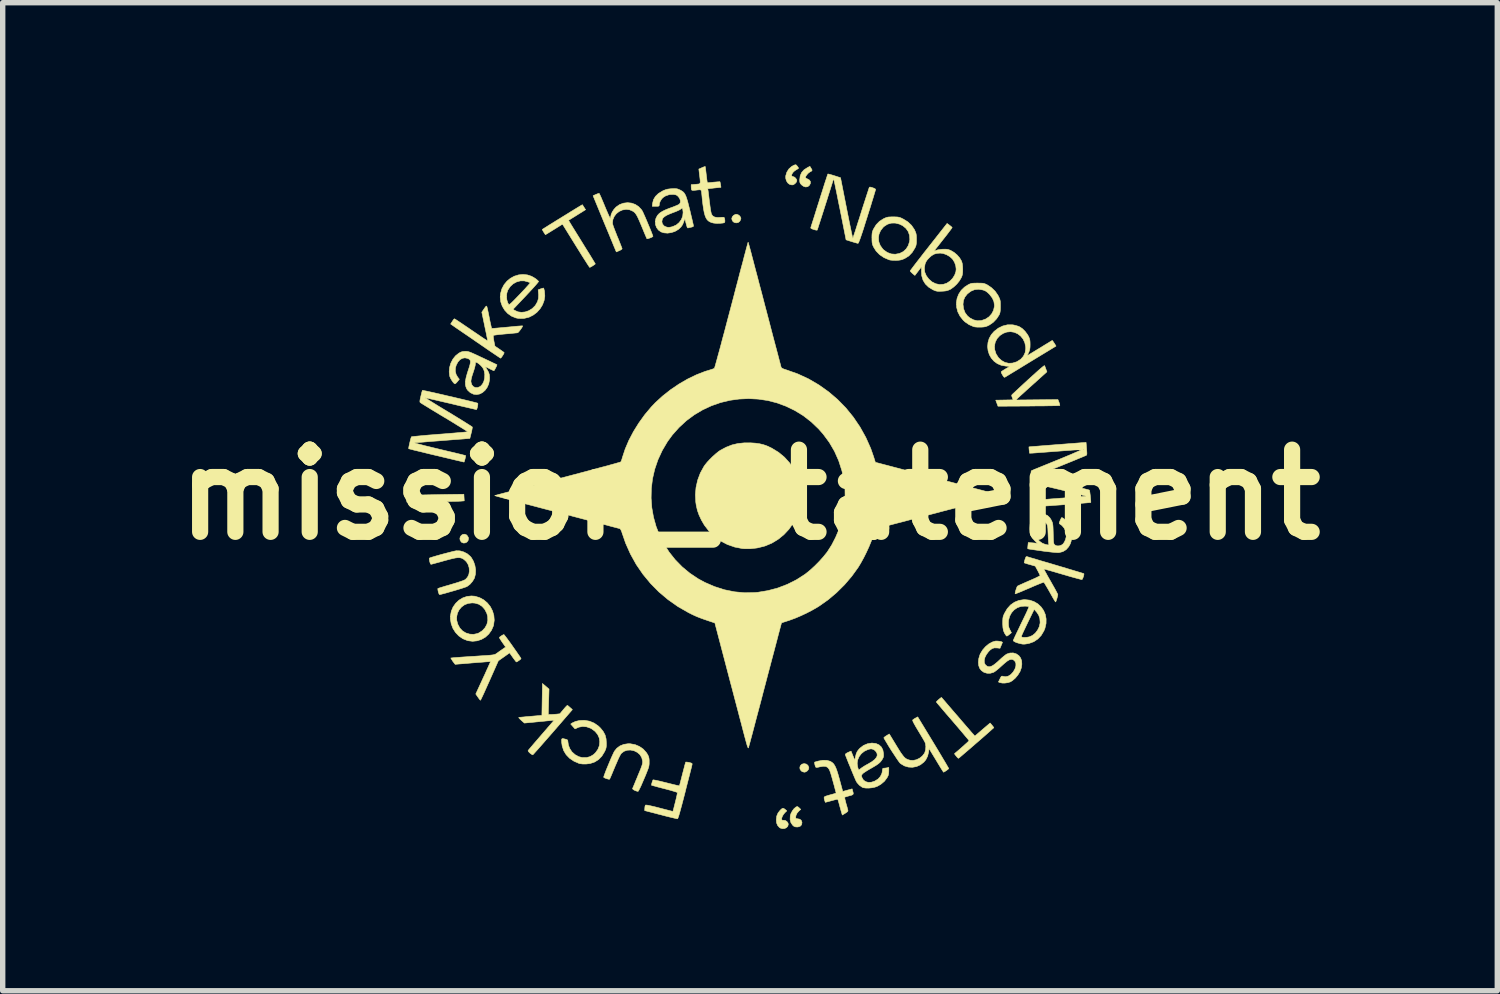
<source format=kicad_pcb>
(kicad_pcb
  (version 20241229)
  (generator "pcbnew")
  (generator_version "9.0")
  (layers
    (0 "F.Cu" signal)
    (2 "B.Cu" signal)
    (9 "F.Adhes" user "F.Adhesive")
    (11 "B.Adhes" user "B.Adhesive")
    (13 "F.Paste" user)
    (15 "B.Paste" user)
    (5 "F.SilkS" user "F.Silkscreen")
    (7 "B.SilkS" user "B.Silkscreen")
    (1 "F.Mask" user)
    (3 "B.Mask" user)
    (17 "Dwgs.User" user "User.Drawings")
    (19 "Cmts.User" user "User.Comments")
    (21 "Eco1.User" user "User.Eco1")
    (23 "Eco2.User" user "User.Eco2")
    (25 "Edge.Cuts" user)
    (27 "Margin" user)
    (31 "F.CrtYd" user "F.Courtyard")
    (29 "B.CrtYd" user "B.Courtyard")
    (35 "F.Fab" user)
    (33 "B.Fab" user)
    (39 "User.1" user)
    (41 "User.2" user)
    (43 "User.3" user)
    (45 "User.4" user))
  (footprint "mission_statement"
    (layer "F.Cu")
    (at 10.857 6.122)
    (property "Reference" "mission_statement" (at 0 0 0) (layer "F.SilkS") (effects (font (size 1.524 1.524) (thickness 0.3))))
    (attr through_hole)
    (fp_poly (pts (xy -5.259 0.745) (xy -5.246 0.757) (xy -5.224 0.791) (xy -5.22 0.815) (xy -5.228 0.852) (xy -5.251 0.88) (xy -5.282 0.895) (xy -5.316 0.897) (xy -5.348 0.883) (xy -5.356 0.875) (xy -5.376 0.842) (xy -5.38 0.809) (xy -5.37 0.777) (xy -5.35 0.752) (xy -5.323 0.736) (xy -5.291 0.733) (xy -5.259 0.745)) (stroke (width 0.01) (type solid)) (fill yes) (layer "F.SilkS"))
    (fp_poly (pts (xy -0.221 -5.19) (xy -0.191 -5.168) (xy -0.173 -5.139) (xy -0.169 -5.121) (xy -0.176 -5.095) (xy -0.191 -5.068) (xy -0.221 -5.045) (xy -0.258 -5.039) (xy -0.294 -5.048) (xy -0.316 -5.064) (xy -0.332 -5.091) (xy -0.339 -5.118) (xy -0.329 -5.151) (xy -0.305 -5.179) (xy -0.272 -5.196) (xy -0.254 -5.199) (xy -0.221 -5.19)) (stroke (width 0.01) (type solid)) (fill yes) (layer "F.SilkS"))
    (fp_poly (pts (xy 1.045 4.996) (xy 1.074 5.02) (xy 1.089 5.055) (xy 1.091 5.068) (xy 1.081 5.099) (xy 1.057 5.126) (xy 1.025 5.143) (xy 1.006 5.146) (xy 0.969 5.136) (xy 0.947 5.12) (xy 0.926 5.087) (xy 0.924 5.052) (xy 0.936 5.021) (xy 0.963 4.997) (xy 1.001 4.987) (xy 1.006 4.987) (xy 1.045 4.996)) (stroke (width 0.01) (type solid)) (fill yes) (layer "F.SilkS"))
    (fp_poly (pts (xy -5.299 0.115) (xy -5.373 0.121) (xy -5.4 0.122) (xy -5.445 0.124) (xy -5.506 0.125) (xy -5.58 0.127) (xy -5.664 0.128) (xy -5.757 0.13) (xy -5.855 0.131) (xy -5.905 0.132) (xy -6.363 0.138) (xy -6.363 0.013) (xy -6.138 0.007) (xy -6.063 0.005) (xy -5.973 0.003) (xy -5.874 0.001) (xy -5.772 -0.001) (xy -5.673 -0.003) (xy -5.61 -0.004) (xy -5.306 -0.008) (xy -5.299 0.115)) (stroke (width 0.01) (type solid)) (fill yes) (layer "F.SilkS"))
    (fp_poly (pts (xy 0.627 5.819) (xy 0.652 5.837) (xy 0.653 5.838) (xy 0.682 5.863) (xy 0.648 5.895) (xy 0.62 5.928) (xy 0.599 5.965) (xy 0.587 5.999) (xy 0.587 6.023) (xy 0.598 6.037) (xy 0.622 6.038) (xy 0.624 6.037) (xy 0.656 6.042) (xy 0.685 6.062) (xy 0.705 6.091) (xy 0.709 6.114) (xy 0.7 6.148) (xy 0.676 6.174) (xy 0.642 6.19) (xy 0.603 6.193) (xy 0.565 6.183) (xy 0.546 6.172) (xy 0.512 6.134) (xy 0.492 6.085) (xy 0.487 6.03) (xy 0.495 5.96) (xy 0.52 5.901) (xy 0.559 5.852) (xy 0.587 5.826) (xy 0.608 5.815) (xy 0.627 5.819)) (stroke (width 0.01) (type solid)) (fill yes) (layer "F.SilkS"))
    (fp_poly (pts (xy 1.133 -6.05) (xy 1.148 -6.026) (xy 1.15 -6.011) (xy 1.138 -5.998) (xy 1.11 -5.983) (xy 1.082 -5.963) (xy 1.056 -5.935) (xy 1.036 -5.906) (xy 1.027 -5.882) (xy 1.027 -5.881) (xy 1.036 -5.869) (xy 1.058 -5.857) (xy 1.064 -5.855) (xy 1.101 -5.834) (xy 1.12 -5.805) (xy 1.119 -5.77) (xy 1.1 -5.735) (xy 1.07 -5.711) (xy 1.032 -5.705) (xy 0.993 -5.717) (xy 0.957 -5.743) (xy 0.936 -5.766) (xy 0.925 -5.788) (xy 0.921 -5.817) (xy 0.921 -5.838) (xy 0.93 -5.911) (xy 0.956 -5.972) (xy 1.001 -6.023) (xy 1.061 -6.062) (xy 1.11 -6.088) (xy 1.133 -6.05)) (stroke (width 0.01) (type solid)) (fill yes) (layer "F.SilkS"))
    (fp_poly (pts (xy 0.883 5.784) (xy 0.9 5.798) (xy 0.91 5.806) (xy 0.941 5.836) (xy 0.909 5.863) (xy 0.872 5.905) (xy 0.851 5.951) (xy 0.847 5.979) (xy 0.849 6) (xy 0.86 6.008) (xy 0.884 6.01) (xy 0.924 6.018) (xy 0.951 6.041) (xy 0.963 6.076) (xy 0.963 6.082) (xy 0.955 6.122) (xy 0.93 6.148) (xy 0.89 6.161) (xy 0.872 6.162) (xy 0.837 6.159) (xy 0.811 6.147) (xy 0.789 6.127) (xy 0.758 6.081) (xy 0.743 6.023) (xy 0.746 5.955) (xy 0.759 5.912) (xy 0.784 5.865) (xy 0.815 5.823) (xy 0.848 5.795) (xy 0.849 5.794) (xy 0.869 5.784) (xy 0.883 5.784)) (stroke (width 0.01) (type solid)) (fill yes) (layer "F.SilkS"))
    (fp_poly (pts (xy 0.854 -6.115) (xy 0.87 -6.098) (xy 0.875 -6.093) (xy 0.891 -6.07) (xy 0.9 -6.055) (xy 0.9 -6.054) (xy 0.891 -6.045) (xy 0.87 -6.031) (xy 0.859 -6.025) (xy 0.824 -6.002) (xy 0.797 -5.976) (xy 0.779 -5.948) (xy 0.771 -5.924) (xy 0.776 -5.906) (xy 0.795 -5.898) (xy 0.799 -5.897) (xy 0.824 -5.888) (xy 0.848 -5.866) (xy 0.865 -5.839) (xy 0.868 -5.822) (xy 0.86 -5.797) (xy 0.838 -5.771) (xy 0.811 -5.751) (xy 0.794 -5.744) (xy 0.766 -5.745) (xy 0.735 -5.754) (xy 0.733 -5.754) (xy 0.7 -5.78) (xy 0.675 -5.819) (xy 0.662 -5.866) (xy 0.662 -5.911) (xy 0.683 -5.98) (xy 0.721 -6.04) (xy 0.773 -6.086) (xy 0.815 -6.109) (xy 0.839 -6.117) (xy 0.854 -6.115)) (stroke (width 0.01) (type solid)) (fill yes) (layer "F.SilkS"))
    (fp_poly (pts (xy 5.463 -2.39) (xy 5.467 -2.38) (xy 5.476 -2.355) (xy 5.484 -2.333) (xy 5.505 -2.278) (xy 5.243 -2.042) (xy 5.179 -1.985) (xy 5.119 -1.931) (xy 5.066 -1.882) (xy 5.02 -1.841) (xy 4.985 -1.809) (xy 4.962 -1.788) (xy 4.955 -1.781) (xy 4.929 -1.755) (xy 5.709 -1.763) (xy 5.73 -1.711) (xy 5.74 -1.681) (xy 5.744 -1.659) (xy 5.743 -1.653) (xy 5.732 -1.652) (xy 5.701 -1.65) (xy 5.653 -1.649) (xy 5.59 -1.648) (xy 5.513 -1.647) (xy 5.425 -1.645) (xy 5.328 -1.645) (xy 5.223 -1.644) (xy 5.167 -1.643) (xy 4.598 -1.64) (xy 4.577 -1.696) (xy 4.556 -1.752) (xy 4.717 -1.755) (xy 4.879 -1.758) (xy 4.862 -1.801) (xy 4.853 -1.828) (xy 4.852 -1.844) (xy 4.86 -1.857) (xy 4.866 -1.862) (xy 4.98 -1.968) (xy 5.08 -2.061) (xy 5.166 -2.14) (xy 5.24 -2.207) (xy 5.301 -2.262) (xy 5.351 -2.307) (xy 5.391 -2.341) (xy 5.421 -2.366) (xy 5.442 -2.383) (xy 5.456 -2.391) (xy 5.462 -2.392) (xy 5.463 -2.39)) (stroke (width 0.01) (type solid)) (fill yes) (layer "F.SilkS"))
    (fp_poly (pts (xy 0.098 -0.955) (xy 0.177 -0.944) (xy 0.248 -0.927) (xy 0.318 -0.902) (xy 0.393 -0.867) (xy 0.406 -0.86) (xy 0.529 -0.785) (xy 0.638 -0.695) (xy 0.733 -0.59) (xy 0.813 -0.473) (xy 0.875 -0.345) (xy 0.913 -0.233) (xy 0.926 -0.163) (xy 0.935 -0.08) (xy 0.938 0.01) (xy 0.936 0.101) (xy 0.928 0.185) (xy 0.915 0.257) (xy 0.913 0.267) (xy 0.865 0.402) (xy 0.801 0.528) (xy 0.721 0.642) (xy 0.627 0.742) (xy 0.521 0.828) (xy 0.404 0.899) (xy 0.277 0.952) (xy 0.143 0.986) (xy 0.118 0.99) (xy 0.008 1.002) (xy -0.093 1.003) (xy -0.143 0.999) (xy -0.286 0.971) (xy -0.42 0.924) (xy -0.545 0.859) (xy -0.659 0.777) (xy -0.759 0.679) (xy -0.846 0.566) (xy -0.902 0.47) (xy -0.945 0.378) (xy -0.976 0.291) (xy -0.997 0.199) (xy -1.006 0.138) (xy -1.013 0.001) (xy -1.001 -0.136) (xy -0.97 -0.272) (xy -0.921 -0.402) (xy -0.855 -0.522) (xy -0.832 -0.555) (xy -0.794 -0.602) (xy -0.745 -0.655) (xy -0.69 -0.709) (xy -0.634 -0.759) (xy -0.582 -0.801) (xy -0.548 -0.824) (xy -0.44 -0.881) (xy -0.335 -0.922) (xy -0.226 -0.948) (xy -0.11 -0.96) (xy 0.004 -0.961) (xy 0.098 -0.955)) (stroke (width 0.01) (type solid)) (fill yes) (layer "F.SilkS"))
    (fp_poly (pts (xy -5.102 1.883) (xy -5.015 1.909) (xy -4.937 1.951) (xy -4.87 2.008) (xy -4.815 2.077) (xy -4.775 2.155) (xy -4.75 2.24) (xy -4.743 2.328) (xy -4.755 2.418) (xy -4.76 2.436) (xy -4.795 2.516) (xy -4.845 2.585) (xy -4.907 2.642) (xy -4.98 2.684) (xy -5.06 2.71) (xy -5.144 2.719) (xy -5.229 2.708) (xy -5.241 2.705) (xy -5.325 2.671) (xy -5.399 2.62) (xy -5.461 2.555) (xy -5.509 2.479) (xy -5.541 2.394) (xy -5.556 2.304) (xy -5.556 2.261) (xy -5.439 2.261) (xy -5.438 2.331) (xy -5.419 2.402) (xy -5.382 2.471) (xy -5.379 2.475) (xy -5.329 2.528) (xy -5.267 2.565) (xy -5.197 2.586) (xy -5.125 2.59) (xy -5.054 2.575) (xy -5.026 2.563) (xy -4.962 2.521) (xy -4.912 2.466) (xy -4.878 2.402) (xy -4.862 2.331) (xy -4.865 2.257) (xy -4.88 2.202) (xy -4.917 2.129) (xy -4.967 2.072) (xy -5.028 2.032) (xy -5.1 2.011) (xy -5.151 2.007) (xy -5.227 2.016) (xy -5.294 2.042) (xy -5.35 2.083) (xy -5.393 2.134) (xy -5.424 2.195) (xy -5.439 2.261) (xy -5.556 2.261) (xy -5.555 2.248) (xy -5.539 2.161) (xy -5.506 2.083) (xy -5.457 2.014) (xy -5.397 1.957) (xy -5.326 1.914) (xy -5.248 1.887) (xy -5.165 1.878) (xy -5.102 1.883)) (stroke (width 0.01) (type solid)) (fill yes) (layer "F.SilkS"))
    (fp_poly (pts (xy -3.727 3.605) (xy -3.734 3.841) (xy -3.741 4.076) (xy -3.698 4.076) (xy -3.664 4.075) (xy -3.62 4.072) (xy -3.591 4.07) (xy -3.526 4.063) (xy -3.461 3.985) (xy -3.432 3.951) (xy -3.408 3.925) (xy -3.392 3.91) (xy -3.388 3.907) (xy -3.376 3.913) (xy -3.355 3.931) (xy -3.337 3.947) (xy -3.294 3.986) (xy -3.656 4.404) (xy -3.726 4.484) (xy -3.792 4.559) (xy -3.852 4.628) (xy -3.906 4.689) (xy -3.951 4.74) (xy -3.988 4.781) (xy -4.013 4.809) (xy -4.027 4.823) (xy -4.029 4.824) (xy -4.042 4.819) (xy -4.065 4.804) (xy -4.08 4.792) (xy -4.106 4.766) (xy -4.115 4.748) (xy -4.113 4.742) (xy -4.104 4.731) (xy -4.083 4.706) (xy -4.051 4.668) (xy -4.011 4.621) (xy -3.963 4.565) (xy -3.91 4.504) (xy -3.867 4.454) (xy -3.63 4.18) (xy -3.686 4.187) (xy -3.714 4.19) (xy -3.759 4.194) (xy -3.816 4.2) (xy -3.882 4.206) (xy -3.952 4.213) (xy -3.963 4.214) (xy -4.184 4.235) (xy -4.241 4.185) (xy -4.267 4.16) (xy -4.284 4.141) (xy -4.289 4.132) (xy -4.288 4.131) (xy -4.275 4.129) (xy -4.245 4.126) (xy -4.199 4.122) (xy -4.143 4.116) (xy -4.079 4.111) (xy -4.069 4.11) (xy -3.859 4.092) (xy -3.849 3.501) (xy -3.727 3.605)) (stroke (width 0.01) (type solid)) (fill yes) (layer "F.SilkS"))
    (fp_poly (pts (xy -3.069 4.184) (xy -2.977 4.2) (xy -2.89 4.236) (xy -2.811 4.291) (xy -2.771 4.33) (xy -2.721 4.393) (xy -2.687 4.457) (xy -2.669 4.527) (xy -2.664 4.606) (xy -2.664 4.653) (xy -2.668 4.688) (xy -2.676 4.719) (xy -2.691 4.753) (xy -2.698 4.767) (xy -2.748 4.849) (xy -2.809 4.912) (xy -2.881 4.957) (xy -2.964 4.985) (xy -3.038 4.994) (xy -3.101 4.994) (xy -3.151 4.988) (xy -3.171 4.983) (xy -3.265 4.942) (xy -3.345 4.888) (xy -3.409 4.822) (xy -3.455 4.746) (xy -3.483 4.66) (xy -3.492 4.599) (xy -3.494 4.557) (xy -3.492 4.533) (xy -3.482 4.523) (xy -3.461 4.524) (xy -3.425 4.533) (xy -3.396 4.541) (xy -3.382 4.552) (xy -3.378 4.569) (xy -3.377 4.579) (xy -3.368 4.642) (xy -3.343 4.707) (xy -3.306 4.764) (xy -3.302 4.769) (xy -3.243 4.822) (xy -3.177 4.858) (xy -3.107 4.876) (xy -3.036 4.876) (xy -2.968 4.858) (xy -2.905 4.822) (xy -2.865 4.785) (xy -2.819 4.72) (xy -2.793 4.651) (xy -2.786 4.581) (xy -2.796 4.512) (xy -2.825 4.447) (xy -2.872 4.39) (xy -2.935 4.343) (xy -2.956 4.331) (xy -3.029 4.305) (xy -3.103 4.298) (xy -3.174 4.311) (xy -3.197 4.321) (xy -3.245 4.343) (xy -3.325 4.253) (xy -3.296 4.233) (xy -3.236 4.205) (xy -3.164 4.188) (xy -3.082 4.184) (xy -3.069 4.184)) (stroke (width 0.01) (type solid)) (fill yes) (layer "F.SilkS"))
    (fp_poly (pts (xy -3.102 -5.366) (xy -3.088 -5.345) (xy -3.078 -5.328) (xy -3.049 -5.284) (xy -3.089 -5.259) (xy -3.113 -5.243) (xy -3.151 -5.22) (xy -3.196 -5.192) (xy -3.244 -5.162) (xy -3.245 -5.161) (xy -3.289 -5.134) (xy -3.326 -5.111) (xy -3.352 -5.095) (xy -3.364 -5.087) (xy -3.365 -5.087) (xy -3.36 -5.078) (xy -3.345 -5.053) (xy -3.321 -5.013) (xy -3.289 -4.961) (xy -3.25 -4.898) (xy -3.206 -4.827) (xy -3.157 -4.748) (xy -3.118 -4.685) (xy -3.067 -4.602) (xy -3.019 -4.525) (xy -2.975 -4.455) (xy -2.938 -4.394) (xy -2.908 -4.344) (xy -2.885 -4.307) (xy -2.872 -4.285) (xy -2.869 -4.279) (xy -2.878 -4.27) (xy -2.898 -4.256) (xy -2.924 -4.239) (xy -2.95 -4.224) (xy -2.969 -4.215) (xy -2.973 -4.214) (xy -2.98 -4.223) (xy -2.997 -4.248) (xy -3.023 -4.288) (xy -3.056 -4.34) (xy -3.096 -4.402) (xy -3.141 -4.474) (xy -3.19 -4.553) (xy -3.229 -4.615) (xy -3.477 -5.016) (xy -3.562 -4.963) (xy -3.611 -4.932) (xy -3.665 -4.899) (xy -3.712 -4.87) (xy -3.721 -4.864) (xy -3.794 -4.82) (xy -3.825 -4.867) (xy -3.841 -4.894) (xy -3.851 -4.913) (xy -3.852 -4.918) (xy -3.841 -4.925) (xy -3.814 -4.942) (xy -3.774 -4.967) (xy -3.724 -4.999) (xy -3.665 -5.035) (xy -3.6 -5.076) (xy -3.531 -5.118) (xy -3.46 -5.162) (xy -3.39 -5.205) (xy -3.323 -5.247) (xy -3.261 -5.285) (xy -3.207 -5.318) (xy -3.162 -5.345) (xy -3.13 -5.364) (xy -3.111 -5.375) (xy -3.108 -5.376) (xy -3.102 -5.366)) (stroke (width 0.01) (type solid)) (fill yes) (layer "F.SilkS"))
    (fp_poly (pts (xy 3.56 3.771) (xy 3.581 3.795) (xy 3.612 3.831) (xy 3.651 3.877) (xy 3.697 3.931) (xy 3.748 3.99) (xy 3.802 4.053) (xy 3.858 4.117) (xy 3.912 4.181) (xy 3.965 4.242) (xy 4.013 4.298) (xy 4.056 4.347) (xy 4.09 4.387) (xy 4.115 4.416) (xy 4.129 4.431) (xy 4.13 4.432) (xy 4.169 4.476) (xy 4.31 4.355) (xy 4.452 4.234) (xy 4.486 4.274) (xy 4.506 4.299) (xy 4.518 4.316) (xy 4.521 4.32) (xy 4.513 4.328) (xy 4.491 4.347) (xy 4.458 4.377) (xy 4.414 4.416) (xy 4.363 4.461) (xy 4.306 4.511) (xy 4.245 4.564) (xy 4.182 4.618) (xy 4.12 4.672) (xy 4.06 4.724) (xy 4.005 4.771) (xy 3.956 4.813) (xy 3.915 4.848) (xy 3.886 4.873) (xy 3.868 4.886) (xy 3.865 4.889) (xy 3.856 4.883) (xy 3.838 4.865) (xy 3.824 4.848) (xy 3.804 4.824) (xy 3.793 4.807) (xy 3.792 4.802) (xy 3.873 4.733) (xy 3.938 4.676) (xy 3.988 4.631) (xy 4.025 4.598) (xy 4.048 4.576) (xy 4.059 4.563) (xy 4.06 4.561) (xy 4.054 4.551) (xy 4.035 4.527) (xy 4.004 4.491) (xy 3.964 4.443) (xy 3.916 4.386) (xy 3.861 4.321) (xy 3.801 4.251) (xy 3.759 4.202) (xy 3.695 4.128) (xy 3.636 4.06) (xy 3.583 3.998) (xy 3.538 3.944) (xy 3.5 3.9) (xy 3.473 3.868) (xy 3.458 3.849) (xy 3.454 3.845) (xy 3.46 3.835) (xy 3.477 3.818) (xy 3.5 3.797) (xy 3.523 3.778) (xy 3.542 3.764) (xy 3.551 3.76) (xy 3.56 3.771)) (stroke (width 0.01) (type solid)) (fill yes) (layer "F.SilkS"))
    (fp_poly (pts (xy 2.702 -5.15) (xy 2.738 -5.148) (xy 2.767 -5.142) (xy 2.797 -5.132) (xy 2.833 -5.114) (xy 2.84 -5.111) (xy 2.926 -5.058) (xy 2.994 -4.994) (xy 3.046 -4.918) (xy 3.054 -4.902) (xy 3.069 -4.867) (xy 3.079 -4.837) (xy 3.084 -4.804) (xy 3.086 -4.763) (xy 3.086 -4.733) (xy 3.086 -4.682) (xy 3.082 -4.646) (xy 3.076 -4.616) (xy 3.064 -4.587) (xy 3.057 -4.573) (xy 3.007 -4.492) (xy 2.945 -4.427) (xy 2.873 -4.382) (xy 2.833 -4.364) (xy 2.798 -4.353) (xy 2.759 -4.347) (xy 2.712 -4.344) (xy 2.653 -4.345) (xy 2.604 -4.349) (xy 2.578 -4.355) (xy 2.483 -4.396) (xy 2.402 -4.451) (xy 2.337 -4.518) (xy 2.292 -4.59) (xy 2.277 -4.622) (xy 2.268 -4.65) (xy 2.263 -4.68) (xy 2.261 -4.72) (xy 2.261 -4.756) (xy 2.381 -4.756) (xy 2.389 -4.685) (xy 2.416 -4.617) (xy 2.461 -4.555) (xy 2.479 -4.537) (xy 2.545 -4.491) (xy 2.617 -4.464) (xy 2.693 -4.458) (xy 2.77 -4.472) (xy 2.776 -4.474) (xy 2.842 -4.507) (xy 2.895 -4.556) (xy 2.934 -4.618) (xy 2.957 -4.691) (xy 2.963 -4.734) (xy 2.957 -4.81) (xy 2.933 -4.879) (xy 2.891 -4.938) (xy 2.832 -4.987) (xy 2.77 -5.017) (xy 2.692 -5.036) (xy 2.618 -5.035) (xy 2.548 -5.014) (xy 2.485 -4.973) (xy 2.467 -4.956) (xy 2.42 -4.895) (xy 2.391 -4.827) (xy 2.381 -4.756) (xy 2.261 -4.756) (xy 2.26 -4.759) (xy 2.261 -4.811) (xy 2.264 -4.848) (xy 2.27 -4.877) (xy 2.28 -4.904) (xy 2.29 -4.925) (xy 2.339 -5.005) (xy 2.401 -5.069) (xy 2.475 -5.116) (xy 2.51 -5.132) (xy 2.538 -5.142) (xy 2.567 -5.148) (xy 2.604 -5.15) (xy 2.653 -5.151) (xy 2.702 -5.15)) (stroke (width 0.01) (type solid)) (fill yes) (layer "F.SilkS"))
    (fp_poly (pts (xy -5.379 1.042) (xy -5.309 1.062) (xy -5.243 1.096) (xy -5.188 1.143) (xy -5.167 1.168) (xy -5.127 1.237) (xy -5.101 1.314) (xy -5.088 1.394) (xy -5.091 1.472) (xy -5.109 1.543) (xy -5.112 1.551) (xy -5.147 1.609) (xy -5.193 1.662) (xy -5.245 1.701) (xy -5.254 1.706) (xy -5.273 1.713) (xy -5.308 1.725) (xy -5.356 1.741) (xy -5.413 1.758) (xy -5.475 1.777) (xy -5.539 1.795) (xy -5.601 1.813) (xy -5.657 1.829) (xy -5.704 1.841) (xy -5.738 1.85) (xy -5.755 1.853) (xy -5.756 1.853) (xy -5.765 1.843) (xy -5.775 1.819) (xy -5.781 1.799) (xy -5.787 1.768) (xy -5.789 1.746) (xy -5.788 1.74) (xy -5.777 1.736) (xy -5.748 1.726) (xy -5.705 1.713) (xy -5.65 1.696) (xy -5.586 1.678) (xy -5.547 1.666) (xy -5.456 1.639) (xy -5.382 1.615) (xy -5.326 1.596) (xy -5.29 1.58) (xy -5.277 1.573) (xy -5.238 1.53) (xy -5.213 1.477) (xy -5.204 1.418) (xy -5.208 1.356) (xy -5.226 1.297) (xy -5.258 1.244) (xy -5.302 1.203) (xy -5.328 1.186) (xy -5.354 1.175) (xy -5.382 1.169) (xy -5.416 1.168) (xy -5.459 1.173) (xy -5.512 1.184) (xy -5.58 1.201) (xy -5.664 1.224) (xy -5.676 1.227) (xy -5.742 1.246) (xy -5.802 1.262) (xy -5.853 1.276) (xy -5.89 1.286) (xy -5.912 1.291) (xy -5.916 1.292) (xy -5.925 1.282) (xy -5.934 1.259) (xy -5.942 1.23) (xy -5.946 1.201) (xy -5.946 1.181) (xy -5.944 1.176) (xy -5.93 1.17) (xy -5.9 1.16) (xy -5.856 1.147) (xy -5.802 1.131) (xy -5.742 1.114) (xy -5.679 1.097) (xy -5.617 1.081) (xy -5.559 1.066) (xy -5.509 1.053) (xy -5.471 1.045) (xy -5.448 1.04) (xy -5.448 1.04) (xy -5.379 1.042)) (stroke (width 0.01) (type solid)) (fill yes) (layer "F.SilkS"))
    (fp_poly (pts (xy 3.397 4.594) (xy 3.452 4.685) (xy 3.504 4.771) (xy 3.551 4.85) (xy 3.592 4.919) (xy 3.628 4.979) (xy 3.655 5.026) (xy 3.674 5.059) (xy 3.684 5.076) (xy 3.685 5.078) (xy 3.677 5.087) (xy 3.657 5.103) (xy 3.632 5.121) (xy 3.608 5.136) (xy 3.591 5.145) (xy 3.588 5.146) (xy 3.582 5.137) (xy 3.566 5.113) (xy 3.542 5.075) (xy 3.513 5.027) (xy 3.478 4.97) (xy 3.452 4.926) (xy 3.319 4.707) (xy 3.312 4.768) (xy 3.293 4.848) (xy 3.259 4.916) (xy 3.223 4.959) (xy 3.159 5.009) (xy 3.088 5.041) (xy 3.012 5.055) (xy 2.936 5.051) (xy 2.862 5.029) (xy 2.794 4.988) (xy 2.782 4.977) (xy 2.768 4.961) (xy 2.746 4.93) (xy 2.717 4.888) (xy 2.683 4.836) (xy 2.645 4.779) (xy 2.607 4.72) (xy 2.57 4.661) (xy 2.537 4.605) (xy 2.508 4.557) (xy 2.486 4.519) (xy 2.481 4.509) (xy 2.487 4.5) (xy 2.507 4.484) (xy 2.53 4.469) (xy 2.582 4.437) (xy 2.711 4.649) (xy 2.757 4.724) (xy 2.794 4.783) (xy 2.826 4.827) (xy 2.853 4.861) (xy 2.877 4.884) (xy 2.902 4.901) (xy 2.929 4.913) (xy 2.961 4.922) (xy 2.966 4.924) (xy 3.024 4.928) (xy 3.085 4.915) (xy 3.143 4.887) (xy 3.194 4.847) (xy 3.233 4.797) (xy 3.241 4.781) (xy 3.256 4.728) (xy 3.26 4.669) (xy 3.252 4.613) (xy 3.242 4.587) (xy 3.23 4.565) (xy 3.21 4.53) (xy 3.182 4.483) (xy 3.15 4.429) (xy 3.115 4.371) (xy 3.114 4.369) (xy 3.073 4.301) (xy 3.044 4.249) (xy 3.025 4.213) (xy 3.016 4.189) (xy 3.016 4.178) (xy 3.032 4.165) (xy 3.058 4.148) (xy 3.068 4.143) (xy 3.109 4.12) (xy 3.397 4.594)) (stroke (width 0.01) (type solid)) (fill yes) (layer "F.SilkS"))
    (fp_poly (pts (xy 4.272 -3.922) (xy 4.309 -3.921) (xy 4.337 -3.916) (xy 4.361 -3.908) (xy 4.389 -3.895) (xy 4.401 -3.889) (xy 4.476 -3.838) (xy 4.544 -3.773) (xy 4.597 -3.697) (xy 4.608 -3.675) (xy 4.624 -3.642) (xy 4.634 -3.615) (xy 4.64 -3.587) (xy 4.642 -3.551) (xy 4.643 -3.502) (xy 4.643 -3.494) (xy 4.642 -3.441) (xy 4.639 -3.402) (xy 4.634 -3.373) (xy 4.625 -3.347) (xy 4.618 -3.332) (xy 4.572 -3.261) (xy 4.511 -3.197) (xy 4.441 -3.148) (xy 4.434 -3.144) (xy 4.397 -3.126) (xy 4.365 -3.115) (xy 4.33 -3.109) (xy 4.282 -3.106) (xy 4.277 -3.106) (xy 4.22 -3.106) (xy 4.171 -3.11) (xy 4.145 -3.116) (xy 4.06 -3.153) (xy 3.986 -3.204) (xy 3.953 -3.235) (xy 3.894 -3.309) (xy 3.853 -3.389) (xy 3.831 -3.473) (xy 3.828 -3.53) (xy 3.949 -3.53) (xy 3.959 -3.449) (xy 3.986 -3.376) (xy 4.031 -3.315) (xy 4.075 -3.278) (xy 4.145 -3.241) (xy 4.217 -3.224) (xy 4.291 -3.229) (xy 4.366 -3.255) (xy 4.369 -3.256) (xy 4.432 -3.298) (xy 4.481 -3.353) (xy 4.515 -3.418) (xy 4.531 -3.489) (xy 4.532 -3.51) (xy 4.522 -3.58) (xy 4.493 -3.646) (xy 4.444 -3.71) (xy 4.437 -3.718) (xy 4.401 -3.752) (xy 4.369 -3.775) (xy 4.335 -3.79) (xy 4.315 -3.796) (xy 4.237 -3.809) (xy 4.163 -3.801) (xy 4.094 -3.772) (xy 4.031 -3.723) (xy 4.028 -3.72) (xy 3.983 -3.663) (xy 3.957 -3.599) (xy 3.949 -3.53) (xy 3.828 -3.53) (xy 3.826 -3.557) (xy 3.839 -3.639) (xy 3.869 -3.717) (xy 3.915 -3.788) (xy 3.978 -3.849) (xy 4.046 -3.893) (xy 4.073 -3.906) (xy 4.097 -3.915) (xy 4.124 -3.92) (xy 4.16 -3.922) (xy 4.209 -3.923) (xy 4.219 -3.923) (xy 4.272 -3.922)) (stroke (width 0.01) (type solid)) (fill yes) (layer "F.SilkS"))
    (fp_poly (pts (xy -2.219 4.619) (xy -2.131 4.635) (xy -2.051 4.669) (xy -1.98 4.718) (xy -1.923 4.781) (xy -1.897 4.822) (xy -1.882 4.854) (xy -1.874 4.884) (xy -1.87 4.92) (xy -1.87 4.96) (xy -1.87 4.988) (xy -1.872 5.012) (xy -1.876 5.037) (xy -1.883 5.064) (xy -1.895 5.097) (xy -1.912 5.14) (xy -1.934 5.196) (xy -1.965 5.268) (xy -1.967 5.273) (xy -1.995 5.338) (xy -2.02 5.396) (xy -2.043 5.444) (xy -2.061 5.479) (xy -2.073 5.499) (xy -2.077 5.502) (xy -2.094 5.499) (xy -2.123 5.49) (xy -2.137 5.484) (xy -2.165 5.468) (xy -2.178 5.454) (xy -2.178 5.45) (xy -2.173 5.437) (xy -2.16 5.407) (xy -2.142 5.364) (xy -2.12 5.309) (xy -2.094 5.248) (xy -2.081 5.215) (xy -2.051 5.143) (xy -2.028 5.087) (xy -2.012 5.044) (xy -2.001 5.012) (xy -1.995 4.987) (xy -1.992 4.966) (xy -1.992 4.947) (xy -1.993 4.937) (xy -2.008 4.875) (xy -2.041 4.821) (xy -2.089 4.779) (xy -2.149 4.749) (xy -2.217 4.735) (xy -2.28 4.739) (xy -2.337 4.759) (xy -2.384 4.795) (xy -2.395 4.808) (xy -2.407 4.829) (xy -2.426 4.865) (xy -2.449 4.914) (xy -2.474 4.973) (xy -2.502 5.037) (xy -2.51 5.056) (xy -2.536 5.118) (xy -2.559 5.174) (xy -2.579 5.221) (xy -2.594 5.255) (xy -2.603 5.274) (xy -2.604 5.276) (xy -2.617 5.277) (xy -2.642 5.271) (xy -2.671 5.262) (xy -2.698 5.251) (xy -2.713 5.241) (xy -2.712 5.23) (xy -2.703 5.203) (xy -2.688 5.162) (xy -2.669 5.112) (xy -2.646 5.056) (xy -2.621 4.996) (xy -2.596 4.936) (xy -2.572 4.879) (xy -2.549 4.829) (xy -2.53 4.788) (xy -2.516 4.76) (xy -2.515 4.758) (xy -2.469 4.701) (xy -2.41 4.658) (xy -2.34 4.63) (xy -2.261 4.618) (xy -2.219 4.619)) (stroke (width 0.01) (type solid)) (fill yes) (layer "F.SilkS"))
    (fp_poly (pts (xy -4.129 -4.075) (xy -4.05 -4.049) (xy -3.976 -4.005) (xy -3.948 -3.982) (xy -3.928 -3.963) (xy -3.92 -3.953) (xy -3.927 -3.943) (xy -3.946 -3.919) (xy -3.976 -3.884) (xy -4.016 -3.839) (xy -4.064 -3.787) (xy -4.118 -3.729) (xy -4.155 -3.689) (xy -4.394 -3.437) (xy -4.365 -3.418) (xy -4.304 -3.39) (xy -4.238 -3.381) (xy -4.169 -3.388) (xy -4.102 -3.411) (xy -4.04 -3.449) (xy -3.987 -3.501) (xy -3.974 -3.519) (xy -3.94 -3.579) (xy -3.923 -3.64) (xy -3.92 -3.709) (xy -3.922 -3.728) (xy -3.928 -3.798) (xy -3.88 -3.817) (xy -3.851 -3.826) (xy -3.831 -3.831) (xy -3.827 -3.83) (xy -3.823 -3.818) (xy -3.816 -3.792) (xy -3.811 -3.768) (xy -3.805 -3.683) (xy -3.818 -3.6) (xy -3.848 -3.52) (xy -3.893 -3.447) (xy -3.951 -3.382) (xy -4.02 -3.33) (xy -4.097 -3.291) (xy -4.182 -3.27) (xy -4.209 -3.267) (xy -4.294 -3.268) (xy -4.341 -3.277) (xy -4.422 -3.31) (xy -4.492 -3.359) (xy -4.55 -3.422) (xy -4.594 -3.495) (xy -4.622 -3.575) (xy -4.632 -3.66) (xy -4.631 -3.674) (xy -4.515 -3.674) (xy -4.509 -3.612) (xy -4.492 -3.557) (xy -4.474 -3.527) (xy -4.468 -3.525) (xy -4.455 -3.531) (xy -4.435 -3.547) (xy -4.406 -3.574) (xy -4.366 -3.614) (xy -4.314 -3.668) (xy -4.312 -3.67) (xy -4.263 -3.721) (xy -4.216 -3.771) (xy -4.174 -3.815) (xy -4.141 -3.852) (xy -4.119 -3.876) (xy -4.117 -3.878) (xy -4.074 -3.928) (xy -4.112 -3.944) (xy -4.185 -3.964) (xy -4.258 -3.964) (xy -4.328 -3.945) (xy -4.392 -3.91) (xy -4.447 -3.859) (xy -4.49 -3.794) (xy -4.491 -3.793) (xy -4.509 -3.737) (xy -4.515 -3.674) (xy -4.631 -3.674) (xy -4.626 -3.73) (xy -4.601 -3.817) (xy -4.56 -3.894) (xy -4.506 -3.959) (xy -4.442 -4.012) (xy -4.37 -4.051) (xy -4.292 -4.075) (xy -4.211 -4.083) (xy -4.129 -4.075)) (stroke (width 0.01) (type solid)) (fill yes) (layer "F.SilkS"))
    (fp_poly (pts (xy -0.829 -6.075) (xy -0.825 -6.046) (xy -0.82 -6.005) (xy -0.814 -5.954) (xy -0.812 -5.936) (xy -0.805 -5.882) (xy -0.8 -5.837) (xy -0.795 -5.804) (xy -0.792 -5.786) (xy -0.791 -5.785) (xy -0.78 -5.784) (xy -0.752 -5.786) (xy -0.712 -5.79) (xy -0.675 -5.794) (xy -0.628 -5.798) (xy -0.59 -5.801) (xy -0.565 -5.802) (xy -0.558 -5.802) (xy -0.554 -5.789) (xy -0.549 -5.763) (xy -0.546 -5.748) (xy -0.539 -5.699) (xy -0.662 -5.686) (xy -0.784 -5.672) (xy -0.778 -5.639) (xy -0.775 -5.618) (xy -0.77 -5.58) (xy -0.764 -5.529) (xy -0.757 -5.47) (xy -0.751 -5.423) (xy -0.743 -5.36) (xy -0.735 -5.302) (xy -0.727 -5.253) (xy -0.719 -5.217) (xy -0.715 -5.202) (xy -0.692 -5.168) (xy -0.655 -5.147) (xy -0.604 -5.139) (xy -0.551 -5.141) (xy -0.513 -5.144) (xy -0.491 -5.144) (xy -0.48 -5.139) (xy -0.474 -5.128) (xy -0.473 -5.123) (xy -0.467 -5.092) (xy -0.466 -5.07) (xy -0.469 -5.051) (xy -0.482 -5.041) (xy -0.506 -5.036) (xy -0.56 -5.031) (xy -0.618 -5.03) (xy -0.672 -5.035) (xy -0.713 -5.045) (xy -0.746 -5.059) (xy -0.774 -5.077) (xy -0.797 -5.101) (xy -0.817 -5.133) (xy -0.834 -5.175) (xy -0.849 -5.229) (xy -0.862 -5.297) (xy -0.874 -5.38) (xy -0.886 -5.482) (xy -0.895 -5.577) (xy -0.899 -5.613) (xy -0.904 -5.636) (xy -0.913 -5.649) (xy -0.932 -5.653) (xy -0.964 -5.651) (xy -1.013 -5.645) (xy -1.019 -5.644) (xy -1.057 -5.641) (xy -1.078 -5.645) (xy -1.088 -5.662) (xy -1.09 -5.693) (xy -1.091 -5.707) (xy -1.091 -5.748) (xy -1.006 -5.755) (xy -0.972 -5.758) (xy -0.948 -5.761) (xy -0.932 -5.767) (xy -0.925 -5.781) (xy -0.923 -5.805) (xy -0.926 -5.842) (xy -0.932 -5.895) (xy -0.936 -5.922) (xy -0.949 -6.037) (xy -0.891 -6.063) (xy -0.86 -6.076) (xy -0.838 -6.084) (xy -0.831 -6.085) (xy -0.829 -6.075)) (stroke (width 0.01) (type solid)) (fill yes) (layer "F.SilkS"))
    (fp_poly (pts (xy -4.556 2.602) (xy -4.538 2.625) (xy -4.511 2.66) (xy -4.479 2.704) (xy -4.443 2.753) (xy -4.405 2.807) (xy -4.367 2.861) (xy -4.331 2.912) (xy -4.299 2.959) (xy -4.272 2.997) (xy -4.254 3.025) (xy -4.246 3.04) (xy -4.246 3.041) (xy -4.254 3.051) (xy -4.273 3.066) (xy -4.297 3.083) (xy -4.319 3.097) (xy -4.332 3.102) (xy -4.341 3.094) (xy -4.358 3.072) (xy -4.382 3.04) (xy -4.398 3.018) (xy -4.458 2.933) (xy -4.562 3.007) (xy -4.667 3.081) (xy -4.829 3.446) (xy -4.866 3.528) (xy -4.9 3.604) (xy -4.93 3.671) (xy -4.956 3.727) (xy -4.977 3.771) (xy -4.991 3.8) (xy -4.998 3.811) (xy -4.998 3.812) (xy -5.008 3.804) (xy -5.025 3.782) (xy -5.045 3.754) (xy -5.085 3.696) (xy -4.947 3.396) (xy -4.913 3.323) (xy -4.883 3.255) (xy -4.856 3.197) (xy -4.835 3.149) (xy -4.82 3.116) (xy -4.812 3.097) (xy -4.811 3.095) (xy -4.822 3.095) (xy -4.851 3.097) (xy -4.896 3.1) (xy -4.954 3.105) (xy -5.024 3.11) (xy -5.101 3.116) (xy -5.14 3.119) (xy -5.467 3.146) (xy -5.491 3.116) (xy -5.513 3.087) (xy -5.531 3.058) (xy -5.548 3.029) (xy -5.503 3.024) (xy -5.482 3.022) (xy -5.442 3.019) (xy -5.387 3.015) (xy -5.32 3.01) (xy -5.243 3.005) (xy -5.158 2.999) (xy -5.099 2.996) (xy -5.001 2.989) (xy -4.923 2.984) (xy -4.861 2.98) (xy -4.814 2.976) (xy -4.778 2.972) (xy -4.753 2.968) (xy -4.734 2.963) (xy -4.721 2.958) (xy -4.711 2.952) (xy -4.707 2.949) (xy -4.682 2.932) (xy -4.648 2.907) (xy -4.609 2.88) (xy -4.603 2.876) (xy -4.531 2.826) (xy -4.59 2.743) (xy -4.615 2.706) (xy -4.634 2.676) (xy -4.646 2.656) (xy -4.648 2.651) (xy -4.64 2.64) (xy -4.62 2.624) (xy -4.595 2.608) (xy -4.574 2.597) (xy -4.564 2.594) (xy -4.556 2.602)) (stroke (width 0.01) (type solid)) (fill yes) (layer "F.SilkS"))
    (fp_poly (pts (xy -1.154 4.961) (xy -1.128 4.966) (xy -1.095 4.975) (xy -1.078 4.982) (xy -1.073 4.992) (xy -1.075 5.008) (xy -1.079 5.024) (xy -1.087 5.059) (xy -1.1 5.109) (xy -1.116 5.173) (xy -1.136 5.25) (xy -1.158 5.336) (xy -1.182 5.429) (xy -1.205 5.523) (xy -1.237 5.646) (xy -1.264 5.749) (xy -1.287 5.833) (xy -1.305 5.9) (xy -1.32 5.95) (xy -1.332 5.985) (xy -1.34 6.004) (xy -1.345 6.01) (xy -1.359 6.008) (xy -1.391 6.001) (xy -1.437 5.99) (xy -1.496 5.976) (xy -1.565 5.959) (xy -1.64 5.939) (xy -1.657 5.935) (xy -1.953 5.858) (xy -1.951 5.812) (xy -1.948 5.782) (xy -1.941 5.76) (xy -1.938 5.756) (xy -1.925 5.755) (xy -1.893 5.759) (xy -1.842 5.77) (xy -1.771 5.786) (xy -1.681 5.809) (xy -1.679 5.81) (xy -1.43 5.874) (xy -1.419 5.835) (xy -1.399 5.756) (xy -1.381 5.684) (xy -1.366 5.623) (xy -1.355 5.574) (xy -1.349 5.54) (xy -1.347 5.524) (xy -1.347 5.524) (xy -1.358 5.518) (xy -1.387 5.508) (xy -1.43 5.495) (xy -1.485 5.479) (xy -1.549 5.462) (xy -1.587 5.452) (xy -1.654 5.435) (xy -1.714 5.419) (xy -1.764 5.405) (xy -1.802 5.395) (xy -1.823 5.389) (xy -1.827 5.387) (xy -1.826 5.375) (xy -1.821 5.352) (xy -1.813 5.324) (xy -1.804 5.3) (xy -1.798 5.288) (xy -1.786 5.289) (xy -1.757 5.294) (xy -1.713 5.303) (xy -1.657 5.316) (xy -1.593 5.332) (xy -1.552 5.342) (xy -1.484 5.359) (xy -1.423 5.374) (xy -1.373 5.386) (xy -1.335 5.394) (xy -1.313 5.399) (xy -1.309 5.399) (xy -1.306 5.388) (xy -1.298 5.359) (xy -1.287 5.316) (xy -1.273 5.262) (xy -1.257 5.199) (xy -1.252 5.179) (xy -1.235 5.114) (xy -1.22 5.057) (xy -1.208 5.01) (xy -1.198 4.977) (xy -1.193 4.96) (xy -1.192 4.958) (xy -1.18 4.958) (xy -1.154 4.961)) (stroke (width 0.01) (type solid)) (fill yes) (layer "F.SilkS"))
    (fp_poly (pts (xy 1.422 4.926) (xy 1.484 4.943) (xy 1.494 4.948) (xy 1.521 4.965) (xy 1.546 4.987) (xy 1.567 5.017) (xy 1.588 5.057) (xy 1.608 5.109) (xy 1.63 5.177) (xy 1.654 5.262) (xy 1.662 5.291) (xy 1.719 5.503) (xy 1.806 5.479) (xy 1.893 5.455) (xy 1.904 5.495) (xy 1.913 5.528) (xy 1.914 5.55) (xy 1.902 5.564) (xy 1.876 5.575) (xy 1.84 5.584) (xy 1.802 5.595) (xy 1.772 5.604) (xy 1.757 5.61) (xy 1.756 5.61) (xy 1.756 5.623) (xy 1.761 5.651) (xy 1.771 5.69) (xy 1.779 5.723) (xy 1.793 5.769) (xy 1.804 5.81) (xy 1.812 5.84) (xy 1.815 5.851) (xy 1.815 5.866) (xy 1.803 5.881) (xy 1.777 5.9) (xy 1.767 5.906) (xy 1.738 5.924) (xy 1.718 5.936) (xy 1.711 5.94) (xy 1.708 5.93) (xy 1.7 5.904) (xy 1.688 5.864) (xy 1.675 5.815) (xy 1.669 5.795) (xy 1.655 5.743) (xy 1.643 5.698) (xy 1.633 5.666) (xy 1.628 5.648) (xy 1.627 5.647) (xy 1.616 5.648) (xy 1.589 5.654) (xy 1.55 5.664) (xy 1.51 5.675) (xy 1.397 5.705) (xy 1.387 5.68) (xy 1.378 5.649) (xy 1.374 5.627) (xy 1.374 5.614) (xy 1.378 5.605) (xy 1.391 5.596) (xy 1.415 5.587) (xy 1.454 5.575) (xy 1.482 5.567) (xy 1.527 5.555) (xy 1.564 5.544) (xy 1.588 5.536) (xy 1.595 5.534) (xy 1.594 5.523) (xy 1.587 5.496) (xy 1.576 5.455) (xy 1.563 5.404) (xy 1.547 5.347) (xy 1.531 5.288) (xy 1.514 5.228) (xy 1.498 5.173) (xy 1.493 5.156) (xy 1.471 5.099) (xy 1.443 5.06) (xy 1.407 5.04) (xy 1.36 5.036) (xy 1.299 5.046) (xy 1.296 5.046) (xy 1.258 5.055) (xy 1.235 5.058) (xy 1.222 5.055) (xy 1.217 5.049) (xy 1.209 5.03) (xy 1.202 5.003) (xy 1.197 4.978) (xy 1.197 4.962) (xy 1.198 4.96) (xy 1.21 4.956) (xy 1.236 4.948) (xy 1.265 4.94) (xy 1.348 4.925) (xy 1.422 4.926)) (stroke (width 0.01) (type solid)) (fill yes) (layer "F.SilkS"))
    (fp_poly (pts (xy 4.61 2.717) (xy 4.643 2.722) (xy 4.668 2.729) (xy 4.68 2.737) (xy 4.68 2.738) (xy 4.676 2.75) (xy 4.666 2.775) (xy 4.657 2.796) (xy 4.635 2.848) (xy 4.58 2.842) (xy 4.532 2.841) (xy 4.492 2.852) (xy 4.454 2.879) (xy 4.423 2.91) (xy 4.382 2.965) (xy 4.355 3.019) (xy 4.343 3.071) (xy 4.345 3.117) (xy 4.363 3.154) (xy 4.396 3.181) (xy 4.401 3.183) (xy 4.425 3.191) (xy 4.446 3.191) (xy 4.473 3.182) (xy 4.485 3.177) (xy 4.513 3.161) (xy 4.55 3.133) (xy 4.593 3.097) (xy 4.625 3.067) (xy 4.666 3.029) (xy 4.706 2.996) (xy 4.74 2.969) (xy 4.762 2.955) (xy 4.821 2.936) (xy 4.881 2.935) (xy 4.937 2.952) (xy 4.985 2.985) (xy 5.017 3.028) (xy 5.036 3.08) (xy 5.04 3.143) (xy 5.031 3.21) (xy 5.008 3.275) (xy 5.003 3.285) (xy 4.965 3.346) (xy 4.918 3.402) (xy 4.865 3.448) (xy 4.827 3.471) (xy 4.783 3.485) (xy 4.729 3.493) (xy 4.676 3.493) (xy 4.633 3.484) (xy 4.629 3.483) (xy 4.606 3.473) (xy 4.634 3.416) (xy 4.65 3.384) (xy 4.662 3.368) (xy 4.674 3.364) (xy 4.688 3.368) (xy 4.737 3.376) (xy 4.788 3.365) (xy 4.836 3.335) (xy 4.878 3.289) (xy 4.879 3.289) (xy 4.912 3.232) (xy 4.929 3.179) (xy 4.93 3.132) (xy 4.915 3.093) (xy 4.886 3.065) (xy 4.863 3.055) (xy 4.837 3.054) (xy 4.805 3.064) (xy 4.766 3.088) (xy 4.718 3.127) (xy 4.662 3.177) (xy 4.619 3.216) (xy 4.578 3.25) (xy 4.543 3.277) (xy 4.518 3.293) (xy 4.516 3.294) (xy 4.454 3.312) (xy 4.393 3.311) (xy 4.337 3.294) (xy 4.289 3.26) (xy 4.258 3.219) (xy 4.24 3.169) (xy 4.234 3.107) (xy 4.241 3.041) (xy 4.26 2.976) (xy 4.27 2.951) (xy 4.313 2.88) (xy 4.367 2.818) (xy 4.429 2.767) (xy 4.493 2.732) (xy 4.55 2.715) (xy 4.577 2.714) (xy 4.61 2.717)) (stroke (width 0.01) (type solid)) (fill yes) (layer "F.SilkS"))
    (fp_poly (pts (xy -2.791 -5.575) (xy -2.778 -5.548) (xy -2.759 -5.506) (xy -2.737 -5.453) (xy -2.711 -5.392) (xy -2.695 -5.353) (xy -2.668 -5.288) (xy -2.643 -5.231) (xy -2.622 -5.183) (xy -2.605 -5.148) (xy -2.595 -5.128) (xy -2.592 -5.124) (xy -2.586 -5.134) (xy -2.583 -5.154) (xy -2.575 -5.195) (xy -2.554 -5.243) (xy -2.523 -5.29) (xy -2.486 -5.331) (xy -2.484 -5.333) (xy -2.418 -5.379) (xy -2.346 -5.405) (xy -2.271 -5.414) (xy -2.197 -5.406) (xy -2.127 -5.381) (xy -2.065 -5.34) (xy -2.012 -5.283) (xy -1.996 -5.258) (xy -1.986 -5.238) (xy -1.97 -5.202) (xy -1.949 -5.156) (xy -1.926 -5.102) (xy -1.901 -5.043) (xy -1.876 -4.983) (xy -1.852 -4.926) (xy -1.831 -4.874) (xy -1.815 -4.832) (xy -1.804 -4.802) (xy -1.8 -4.789) (xy -1.809 -4.781) (xy -1.831 -4.769) (xy -1.86 -4.758) (xy -1.887 -4.749) (xy -1.907 -4.745) (xy -1.911 -4.745) (xy -1.917 -4.756) (xy -1.929 -4.784) (xy -1.946 -4.824) (xy -1.968 -4.876) (xy -1.992 -4.935) (xy -1.996 -4.945) (xy -2.031 -5.028) (xy -2.059 -5.093) (xy -2.082 -5.143) (xy -2.102 -5.181) (xy -2.12 -5.208) (xy -2.137 -5.229) (xy -2.156 -5.245) (xy -2.173 -5.256) (xy -2.235 -5.283) (xy -2.297 -5.29) (xy -2.364 -5.279) (xy -2.366 -5.279) (xy -2.427 -5.251) (xy -2.479 -5.21) (xy -2.518 -5.159) (xy -2.543 -5.101) (xy -2.55 -5.041) (xy -2.548 -5.02) (xy -2.542 -4.998) (xy -2.529 -4.96) (xy -2.51 -4.91) (xy -2.487 -4.852) (xy -2.462 -4.788) (xy -2.456 -4.775) (xy -2.431 -4.714) (xy -2.409 -4.658) (xy -2.391 -4.612) (xy -2.378 -4.579) (xy -2.372 -4.561) (xy -2.372 -4.559) (xy -2.381 -4.548) (xy -2.404 -4.534) (xy -2.425 -4.524) (xy -2.479 -4.501) (xy -2.489 -4.524) (xy -2.495 -4.538) (xy -2.508 -4.57) (xy -2.528 -4.617) (xy -2.553 -4.679) (xy -2.583 -4.751) (xy -2.617 -4.834) (xy -2.655 -4.925) (xy -2.695 -5.021) (xy -2.705 -5.045) (xy -2.91 -5.543) (xy -2.857 -5.567) (xy -2.827 -5.579) (xy -2.804 -5.586) (xy -2.797 -5.586) (xy -2.791 -5.575)) (stroke (width 0.01) (type solid)) (fill yes) (layer "F.SilkS"))
    (fp_poly (pts (xy 4.889 -3.146) (xy 4.933 -3.135) (xy 4.975 -3.122) (xy 5 -3.111) (xy 5.051 -3.077) (xy 5.1 -3.028) (xy 5.143 -2.971) (xy 5.164 -2.935) (xy 5.179 -2.9) (xy 5.188 -2.869) (xy 5.192 -2.833) (xy 5.193 -2.785) (xy 5.192 -2.734) (xy 5.187 -2.697) (xy 5.178 -2.664) (xy 5.165 -2.635) (xy 5.137 -2.575) (xy 5.329 -2.692) (xy 5.389 -2.728) (xy 5.445 -2.763) (xy 5.494 -2.793) (xy 5.533 -2.816) (xy 5.558 -2.832) (xy 5.561 -2.834) (xy 5.586 -2.849) (xy 5.602 -2.858) (xy 5.605 -2.859) (xy 5.613 -2.85) (xy 5.627 -2.829) (xy 5.642 -2.807) (xy 5.674 -2.755) (xy 5.216 -2.477) (xy 5.126 -2.422) (xy 5.041 -2.37) (xy 4.963 -2.322) (xy 4.894 -2.28) (xy 4.834 -2.244) (xy 4.787 -2.215) (xy 4.754 -2.195) (xy 4.737 -2.184) (xy 4.736 -2.184) (xy 4.722 -2.176) (xy 4.711 -2.179) (xy 4.698 -2.194) (xy 4.681 -2.22) (xy 4.664 -2.251) (xy 4.657 -2.273) (xy 4.658 -2.28) (xy 4.672 -2.29) (xy 4.698 -2.307) (xy 4.732 -2.328) (xy 4.743 -2.335) (xy 4.819 -2.379) (xy 4.741 -2.384) (xy 4.658 -2.399) (xy 4.585 -2.43) (xy 4.524 -2.475) (xy 4.474 -2.532) (xy 4.437 -2.597) (xy 4.414 -2.669) (xy 4.405 -2.744) (xy 4.407 -2.761) (xy 4.533 -2.761) (xy 4.537 -2.688) (xy 4.56 -2.615) (xy 4.564 -2.606) (xy 4.608 -2.538) (xy 4.664 -2.487) (xy 4.727 -2.452) (xy 4.797 -2.436) (xy 4.869 -2.44) (xy 4.943 -2.463) (xy 4.953 -2.468) (xy 5.02 -2.511) (xy 5.069 -2.566) (xy 5.1 -2.631) (xy 5.112 -2.704) (xy 5.111 -2.741) (xy 5.095 -2.818) (xy 5.063 -2.886) (xy 5.018 -2.941) (xy 4.963 -2.983) (xy 4.899 -3.011) (xy 4.831 -3.022) (xy 4.76 -3.015) (xy 4.697 -2.992) (xy 4.632 -2.95) (xy 4.582 -2.895) (xy 4.548 -2.831) (xy 4.533 -2.761) (xy 4.407 -2.761) (xy 4.412 -2.82) (xy 4.434 -2.896) (xy 4.474 -2.967) (xy 4.526 -3.027) (xy 4.603 -3.087) (xy 4.685 -3.127) (xy 4.772 -3.149) (xy 4.86 -3.15) (xy 4.889 -3.146)) (stroke (width 0.01) (type solid)) (fill yes) (layer "F.SilkS"))
    (fp_poly (pts (xy 5.184 1.956) (xy 5.265 1.983) (xy 5.337 2.025) (xy 5.396 2.081) (xy 5.443 2.147) (xy 5.475 2.222) (xy 5.49 2.303) (xy 5.489 2.388) (xy 5.469 2.476) (xy 5.449 2.526) (xy 5.399 2.61) (xy 5.336 2.676) (xy 5.262 2.726) (xy 5.177 2.757) (xy 5.151 2.762) (xy 5.111 2.769) (xy 5.082 2.772) (xy 5.055 2.771) (xy 5.022 2.765) (xy 5.013 2.763) (xy 4.971 2.752) (xy 4.931 2.739) (xy 4.901 2.724) (xy 4.883 2.711) (xy 4.881 2.705) (xy 4.885 2.693) (xy 4.898 2.664) (xy 4.912 2.633) (xy 5.029 2.633) (xy 5.039 2.641) (xy 5.064 2.646) (xy 5.098 2.647) (xy 5.137 2.644) (xy 5.175 2.637) (xy 5.18 2.636) (xy 5.238 2.61) (xy 5.29 2.567) (xy 5.332 2.512) (xy 5.363 2.449) (xy 5.378 2.383) (xy 5.379 2.363) (xy 5.373 2.294) (xy 5.353 2.236) (xy 5.319 2.183) (xy 5.311 2.174) (xy 5.269 2.126) (xy 5.149 2.372) (xy 5.117 2.439) (xy 5.088 2.5) (xy 5.063 2.553) (xy 5.044 2.595) (xy 5.033 2.622) (xy 5.029 2.633) (xy 4.912 2.633) (xy 4.918 2.621) (xy 4.944 2.565) (xy 4.975 2.501) (xy 5.009 2.429) (xy 5.029 2.387) (xy 5.065 2.313) (xy 5.098 2.245) (xy 5.126 2.186) (xy 5.148 2.137) (xy 5.163 2.101) (xy 5.171 2.081) (xy 5.172 2.077) (xy 5.159 2.073) (xy 5.131 2.069) (xy 5.098 2.067) (xy 5.025 2.072) (xy 4.957 2.095) (xy 4.898 2.135) (xy 4.849 2.189) (xy 4.814 2.254) (xy 4.794 2.328) (xy 4.791 2.377) (xy 4.793 2.426) (xy 4.8 2.463) (xy 4.816 2.499) (xy 4.819 2.506) (xy 4.847 2.56) (xy 4.804 2.595) (xy 4.779 2.614) (xy 4.764 2.622) (xy 4.754 2.619) (xy 4.746 2.609) (xy 4.718 2.566) (xy 4.699 2.52) (xy 4.689 2.465) (xy 4.685 2.396) (xy 4.685 2.382) (xy 4.686 2.33) (xy 4.688 2.293) (xy 4.693 2.264) (xy 4.703 2.235) (xy 4.718 2.201) (xy 4.719 2.2) (xy 4.769 2.114) (xy 4.831 2.045) (xy 4.904 1.994) (xy 4.985 1.961) (xy 5.074 1.947) (xy 5.093 1.946) (xy 5.184 1.956)) (stroke (width 0.01) (type solid)) (fill yes) (layer "F.SilkS"))
    (fp_poly (pts (xy -4.88 -3.488) (xy -4.88 -3.488) (xy -4.875 -3.471) (xy -4.867 -3.438) (xy -4.857 -3.391) (xy -4.845 -3.334) (xy -4.834 -3.278) (xy -4.822 -3.217) (xy -4.81 -3.164) (xy -4.801 -3.122) (xy -4.794 -3.093) (xy -4.791 -3.083) (xy -4.78 -3.083) (xy -4.75 -3.084) (xy -4.705 -3.088) (xy -4.647 -3.093) (xy -4.579 -3.099) (xy -4.504 -3.106) (xy -4.504 -3.106) (xy -4.429 -3.113) (xy -4.361 -3.12) (xy -4.303 -3.125) (xy -4.258 -3.128) (xy -4.228 -3.13) (xy -4.217 -3.13) (xy -4.217 -3.13) (xy -4.219 -3.119) (xy -4.231 -3.097) (xy -4.25 -3.069) (xy -4.271 -3.041) (xy -4.291 -3.017) (xy -4.305 -3.004) (xy -4.308 -3.003) (xy -4.323 -3) (xy -4.356 -2.997) (xy -4.404 -2.992) (xy -4.461 -2.986) (xy -4.526 -2.981) (xy -4.537 -2.98) (xy -4.602 -2.974) (xy -4.66 -2.968) (xy -4.707 -2.962) (xy -4.741 -2.957) (xy -4.757 -2.954) (xy -4.758 -2.953) (xy -4.76 -2.939) (xy -4.758 -2.909) (xy -4.752 -2.868) (xy -4.749 -2.849) (xy -4.73 -2.754) (xy -4.649 -2.699) (xy -4.613 -2.674) (xy -4.583 -2.653) (xy -4.564 -2.639) (xy -4.56 -2.636) (xy -4.561 -2.625) (xy -4.572 -2.603) (xy -4.588 -2.577) (xy -4.605 -2.552) (xy -4.619 -2.535) (xy -4.626 -2.531) (xy -4.636 -2.537) (xy -4.661 -2.554) (xy -4.701 -2.581) (xy -4.753 -2.616) (xy -4.815 -2.658) (xy -4.887 -2.707) (xy -4.965 -2.761) (xy -5.05 -2.819) (xy -5.066 -2.83) (xy -5.152 -2.89) (xy -5.234 -2.946) (xy -5.309 -2.997) (xy -5.376 -3.043) (xy -5.433 -3.082) (xy -5.478 -3.113) (xy -5.509 -3.135) (xy -5.525 -3.146) (xy -5.526 -3.147) (xy -5.551 -3.164) (xy -5.52 -3.213) (xy -5.502 -3.24) (xy -5.487 -3.257) (xy -5.481 -3.261) (xy -5.47 -3.255) (xy -5.444 -3.239) (xy -5.405 -3.213) (xy -5.355 -3.18) (xy -5.295 -3.139) (xy -5.228 -3.094) (xy -5.17 -3.054) (xy -5.099 -3.006) (xy -5.034 -2.962) (xy -4.977 -2.923) (xy -4.929 -2.891) (xy -4.893 -2.868) (xy -4.871 -2.854) (xy -4.865 -2.85) (xy -4.866 -2.861) (xy -4.871 -2.89) (xy -4.88 -2.934) (xy -4.891 -2.99) (xy -4.905 -3.055) (xy -4.918 -3.118) (xy -4.973 -3.383) (xy -4.931 -3.446) (xy -4.908 -3.478) (xy -4.894 -3.494) (xy -4.886 -3.497) (xy -4.88 -3.488)) (stroke (width 0.01) (type solid)) (fill yes) (layer "F.SilkS"))
    (fp_poly (pts (xy 1.454 -5.945) (xy 1.482 -5.938) (xy 1.521 -5.927) (xy 1.563 -5.914) (xy 1.678 -5.877) (xy 1.789 -5.315) (xy 1.81 -5.209) (xy 1.83 -5.11) (xy 1.848 -5.019) (xy 1.865 -4.939) (xy 1.879 -4.87) (xy 1.891 -4.816) (xy 1.899 -4.777) (xy 1.904 -4.757) (xy 1.905 -4.754) (xy 1.91 -4.764) (xy 1.919 -4.792) (xy 1.934 -4.836) (xy 1.954 -4.895) (xy 1.976 -4.965) (xy 2.002 -5.047) (xy 2.031 -5.136) (xy 2.059 -5.226) (xy 2.089 -5.322) (xy 2.118 -5.411) (xy 2.144 -5.492) (xy 2.167 -5.563) (xy 2.186 -5.621) (xy 2.2 -5.665) (xy 2.21 -5.693) (xy 2.214 -5.702) (xy 2.229 -5.703) (xy 2.255 -5.697) (xy 2.285 -5.687) (xy 2.311 -5.675) (xy 2.327 -5.665) (xy 2.329 -5.661) (xy 2.326 -5.649) (xy 2.317 -5.618) (xy 2.303 -5.572) (xy 2.285 -5.511) (xy 2.262 -5.438) (xy 2.237 -5.354) (xy 2.208 -5.263) (xy 2.177 -5.165) (xy 2.174 -5.154) (xy 2.136 -5.035) (xy 2.105 -4.935) (xy 2.078 -4.853) (xy 2.056 -4.788) (xy 2.038 -4.737) (xy 2.024 -4.701) (xy 2.014 -4.676) (xy 2.006 -4.663) (xy 2.002 -4.66) (xy 1.985 -4.663) (xy 1.953 -4.672) (xy 1.912 -4.684) (xy 1.883 -4.693) (xy 1.781 -4.725) (xy 1.667 -5.298) (xy 1.645 -5.404) (xy 1.625 -5.504) (xy 1.607 -5.595) (xy 1.59 -5.675) (xy 1.576 -5.744) (xy 1.564 -5.798) (xy 1.556 -5.836) (xy 1.551 -5.857) (xy 1.549 -5.86) (xy 1.529 -5.793) (xy 1.505 -5.717) (xy 1.479 -5.634) (xy 1.451 -5.546) (xy 1.423 -5.456) (xy 1.394 -5.366) (xy 1.366 -5.277) (xy 1.339 -5.193) (xy 1.314 -5.115) (xy 1.292 -5.046) (xy 1.273 -4.989) (xy 1.259 -4.944) (xy 1.249 -4.915) (xy 1.245 -4.905) (xy 1.245 -4.905) (xy 1.232 -4.904) (xy 1.206 -4.909) (xy 1.18 -4.917) (xy 1.146 -4.929) (xy 1.129 -4.94) (xy 1.126 -4.951) (xy 1.127 -4.953) (xy 1.131 -4.967) (xy 1.141 -4.998) (xy 1.156 -5.046) (xy 1.176 -5.108) (xy 1.199 -5.181) (xy 1.225 -5.265) (xy 1.254 -5.357) (xy 1.285 -5.454) (xy 1.285 -5.456) (xy 1.316 -5.553) (xy 1.345 -5.644) (xy 1.371 -5.727) (xy 1.394 -5.799) (xy 1.414 -5.859) (xy 1.429 -5.905) (xy 1.439 -5.935) (xy 1.443 -5.946) (xy 1.443 -5.946) (xy 1.454 -5.945)) (stroke (width 0.01) (type solid)) (fill yes) (layer "F.SilkS"))
    (fp_poly (pts (xy 3.701 -4.994) (xy 3.727 -4.974) (xy 3.744 -4.958) (xy 3.748 -4.952) (xy 3.741 -4.942) (xy 3.721 -4.914) (xy 3.688 -4.871) (xy 3.642 -4.81) (xy 3.582 -4.734) (xy 3.509 -4.641) (xy 3.423 -4.531) (xy 3.416 -4.522) (xy 3.414 -4.515) (xy 3.429 -4.521) (xy 3.441 -4.527) (xy 3.483 -4.54) (xy 3.544 -4.549) (xy 3.569 -4.551) (xy 3.617 -4.552) (xy 3.651 -4.55) (xy 3.68 -4.544) (xy 3.712 -4.532) (xy 3.725 -4.526) (xy 3.783 -4.492) (xy 3.839 -4.445) (xy 3.886 -4.391) (xy 3.919 -4.336) (xy 3.924 -4.325) (xy 3.936 -4.282) (xy 3.942 -4.23) (xy 3.944 -4.177) (xy 3.943 -4.126) (xy 3.939 -4.089) (xy 3.931 -4.057) (xy 3.917 -4.024) (xy 3.915 -4.02) (xy 3.881 -3.963) (xy 3.834 -3.905) (xy 3.78 -3.854) (xy 3.726 -3.814) (xy 3.707 -3.804) (xy 3.672 -3.789) (xy 3.636 -3.779) (xy 3.594 -3.774) (xy 3.553 -3.772) (xy 3.505 -3.77) (xy 3.471 -3.772) (xy 3.443 -3.778) (xy 3.415 -3.789) (xy 3.39 -3.8) (xy 3.312 -3.848) (xy 3.251 -3.907) (xy 3.208 -3.977) (xy 3.184 -4.057) (xy 3.178 -4.142) (xy 3.18 -4.181) (xy 3.18 -4.197) (xy 3.232 -4.197) (xy 3.24 -4.126) (xy 3.269 -4.058) (xy 3.316 -3.996) (xy 3.376 -3.944) (xy 3.443 -3.911) (xy 3.514 -3.896) (xy 3.587 -3.901) (xy 3.648 -3.921) (xy 3.706 -3.959) (xy 3.756 -4.01) (xy 3.794 -4.07) (xy 3.817 -4.135) (xy 3.822 -4.182) (xy 3.814 -4.247) (xy 3.791 -4.311) (xy 3.756 -4.366) (xy 3.753 -4.37) (xy 3.705 -4.414) (xy 3.645 -4.449) (xy 3.581 -4.472) (xy 3.528 -4.479) (xy 3.464 -4.474) (xy 3.412 -4.459) (xy 3.364 -4.43) (xy 3.323 -4.393) (xy 3.287 -4.355) (xy 3.265 -4.322) (xy 3.249 -4.287) (xy 3.245 -4.273) (xy 3.232 -4.197) (xy 3.18 -4.197) (xy 3.18 -4.21) (xy 3.18 -4.224) (xy 3.18 -4.225) (xy 3.173 -4.217) (xy 3.157 -4.196) (xy 3.133 -4.165) (xy 3.118 -4.145) (xy 3.057 -4.065) (xy 3.013 -4.101) (xy 2.989 -4.124) (xy 2.973 -4.142) (xy 2.97 -4.149) (xy 2.976 -4.159) (xy 2.995 -4.184) (xy 3.024 -4.223) (xy 3.062 -4.273) (xy 3.109 -4.334) (xy 3.163 -4.403) (xy 3.222 -4.48) (xy 3.287 -4.562) (xy 3.312 -4.594) (xy 3.654 -5.029) (xy 3.701 -4.994)) (stroke (width 0.01) (type solid)) (fill yes) (layer "F.SilkS"))
    (fp_poly (pts (xy 5.133 1.148) (xy 5.147 1.152) (xy 5.178 1.162) (xy 5.226 1.176) (xy 5.289 1.194) (xy 5.363 1.217) (xy 5.448 1.242) (xy 5.542 1.269) (xy 5.641 1.299) (xy 5.669 1.307) (xy 5.769 1.337) (xy 5.863 1.365) (xy 5.949 1.391) (xy 6.025 1.414) (xy 6.089 1.433) (xy 6.139 1.448) (xy 6.173 1.459) (xy 6.189 1.464) (xy 6.19 1.465) (xy 6.191 1.478) (xy 6.186 1.503) (xy 6.177 1.532) (xy 6.166 1.558) (xy 6.157 1.573) (xy 6.155 1.574) (xy 6.142 1.573) (xy 6.112 1.565) (xy 6.066 1.553) (xy 6.007 1.537) (xy 5.937 1.518) (xy 5.86 1.495) (xy 5.797 1.477) (xy 5.715 1.453) (xy 5.64 1.431) (xy 5.574 1.412) (xy 5.52 1.397) (xy 5.479 1.385) (xy 5.454 1.379) (xy 5.448 1.378) (xy 5.452 1.388) (xy 5.465 1.413) (xy 5.487 1.452) (xy 5.514 1.502) (xy 5.547 1.56) (xy 5.575 1.609) (xy 5.611 1.673) (xy 5.644 1.731) (xy 5.671 1.78) (xy 5.691 1.819) (xy 5.704 1.844) (xy 5.707 1.852) (xy 5.704 1.872) (xy 5.697 1.901) (xy 5.688 1.934) (xy 5.678 1.964) (xy 5.67 1.985) (xy 5.666 1.99) (xy 5.659 1.982) (xy 5.643 1.957) (xy 5.621 1.92) (xy 5.594 1.872) (xy 5.563 1.817) (xy 5.559 1.809) (xy 5.527 1.753) (xy 5.498 1.704) (xy 5.474 1.664) (xy 5.457 1.636) (xy 5.448 1.624) (xy 5.447 1.624) (xy 5.435 1.627) (xy 5.406 1.637) (xy 5.363 1.654) (xy 5.309 1.676) (xy 5.245 1.703) (xy 5.179 1.732) (xy 5.11 1.761) (xy 5.048 1.788) (xy 4.995 1.81) (xy 4.954 1.826) (xy 4.926 1.836) (xy 4.916 1.839) (xy 4.916 1.826) (xy 4.921 1.8) (xy 4.93 1.767) (xy 4.941 1.735) (xy 4.951 1.709) (xy 4.959 1.696) (xy 4.972 1.689) (xy 5.001 1.675) (xy 5.044 1.656) (xy 5.097 1.632) (xy 5.157 1.606) (xy 5.175 1.598) (xy 5.235 1.572) (xy 5.289 1.548) (xy 5.332 1.527) (xy 5.363 1.511) (xy 5.378 1.502) (xy 5.379 1.501) (xy 5.374 1.488) (xy 5.361 1.461) (xy 5.343 1.425) (xy 5.334 1.408) (xy 5.289 1.325) (xy 5.188 1.296) (xy 5.145 1.284) (xy 5.111 1.273) (xy 5.089 1.266) (xy 5.084 1.265) (xy 5.085 1.254) (xy 5.091 1.229) (xy 5.098 1.202) (xy 5.11 1.168) (xy 5.12 1.151) (xy 5.131 1.148) (xy 5.133 1.148)) (stroke (width 0.01) (type solid)) (fill yes) (layer "F.SilkS"))
    (fp_poly (pts (xy 2.334 4.614) (xy 2.391 4.639) (xy 2.435 4.679) (xy 2.463 4.733) (xy 2.475 4.8) (xy 2.476 4.84) (xy 2.472 4.868) (xy 2.459 4.895) (xy 2.448 4.914) (xy 2.428 4.942) (xy 2.406 4.967) (xy 2.377 4.991) (xy 2.34 5.017) (xy 2.29 5.047) (xy 2.225 5.085) (xy 2.222 5.086) (xy 2.175 5.114) (xy 2.133 5.141) (xy 2.101 5.163) (xy 2.083 5.18) (xy 2.082 5.181) (xy 2.069 5.2) (xy 2.067 5.218) (xy 2.075 5.244) (xy 2.077 5.248) (xy 2.103 5.292) (xy 2.143 5.321) (xy 2.193 5.335) (xy 2.25 5.332) (xy 2.312 5.312) (xy 2.313 5.311) (xy 2.374 5.273) (xy 2.419 5.223) (xy 2.447 5.163) (xy 2.456 5.101) (xy 2.46 5.079) (xy 2.474 5.072) (xy 2.482 5.072) (xy 2.511 5.069) (xy 2.54 5.065) (xy 2.573 5.058) (xy 2.573 5.126) (xy 2.57 5.171) (xy 2.562 5.207) (xy 2.543 5.244) (xy 2.541 5.248) (xy 2.492 5.314) (xy 2.424 5.371) (xy 2.361 5.407) (xy 2.314 5.424) (xy 2.258 5.435) (xy 2.2 5.441) (xy 2.145 5.44) (xy 2.099 5.433) (xy 2.08 5.425) (xy 2.027 5.387) (xy 1.984 5.339) (xy 1.97 5.315) (xy 1.96 5.295) (xy 1.945 5.26) (xy 1.925 5.213) (xy 1.902 5.158) (xy 1.877 5.097) (xy 1.852 5.035) (xy 1.827 4.975) (xy 1.987 4.975) (xy 1.989 5.008) (xy 1.995 5.043) (xy 2.003 5.075) (xy 2.012 5.097) (xy 2.019 5.103) (xy 2.03 5.097) (xy 2.05 5.081) (xy 2.058 5.074) (xy 2.082 5.057) (xy 2.119 5.033) (xy 2.162 5.008) (xy 2.19 4.993) (xy 2.262 4.95) (xy 2.314 4.909) (xy 2.346 4.869) (xy 2.357 4.842) (xy 2.357 4.805) (xy 2.339 4.768) (xy 2.309 4.737) (xy 2.284 4.723) (xy 2.258 4.715) (xy 2.235 4.714) (xy 2.207 4.72) (xy 2.184 4.727) (xy 2.12 4.757) (xy 2.065 4.801) (xy 2.023 4.856) (xy 1.996 4.918) (xy 1.987 4.975) (xy 1.827 4.975) (xy 1.827 4.975) (xy 1.805 4.92) (xy 1.787 4.874) (xy 1.773 4.839) (xy 1.767 4.82) (xy 1.766 4.819) (xy 1.773 4.806) (xy 1.798 4.789) (xy 1.818 4.779) (xy 1.873 4.755) (xy 1.907 4.839) (xy 1.942 4.924) (xy 1.955 4.861) (xy 1.969 4.804) (xy 1.989 4.76) (xy 2.019 4.721) (xy 2.04 4.699) (xy 2.104 4.65) (xy 2.178 4.619) (xy 2.255 4.606) (xy 2.264 4.606) (xy 2.334 4.614)) (stroke (width 0.01) (type solid)) (fill yes) (layer "F.SilkS"))
    (fp_poly (pts (xy -1.368 -5.673) (xy -1.341 -5.668) (xy -1.313 -5.656) (xy -1.296 -5.649) (xy -1.268 -5.633) (xy -1.244 -5.617) (xy -1.224 -5.597) (xy -1.206 -5.57) (xy -1.189 -5.535) (xy -1.173 -5.489) (xy -1.155 -5.429) (xy -1.136 -5.353) (xy -1.112 -5.259) (xy -1.112 -5.259) (xy -1.095 -5.186) (xy -1.079 -5.12) (xy -1.066 -5.064) (xy -1.056 -5.02) (xy -1.05 -4.991) (xy -1.048 -4.98) (xy -1.057 -4.97) (xy -1.079 -4.962) (xy -1.112 -4.955) (xy -1.136 -4.949) (xy -1.147 -4.946) (xy -1.155 -4.946) (xy -1.162 -4.952) (xy -1.168 -4.966) (xy -1.176 -4.993) (xy -1.187 -5.034) (xy -1.198 -5.076) (xy -1.209 -5.118) (xy -1.228 -5.062) (xy -1.251 -5.006) (xy -1.281 -4.963) (xy -1.323 -4.923) (xy -1.333 -4.916) (xy -1.392 -4.881) (xy -1.46 -4.859) (xy -1.53 -4.849) (xy -1.597 -4.855) (xy -1.65 -4.872) (xy -1.699 -4.907) (xy -1.733 -4.953) (xy -1.753 -5.008) (xy -1.756 -5.063) (xy -1.635 -5.063) (xy -1.625 -5.021) (xy -1.598 -4.987) (xy -1.578 -4.974) (xy -1.541 -4.96) (xy -1.505 -4.956) (xy -1.462 -4.963) (xy -1.433 -4.971) (xy -1.368 -5) (xy -1.314 -5.045) (xy -1.273 -5.101) (xy -1.248 -5.165) (xy -1.241 -5.233) (xy -1.242 -5.244) (xy -1.246 -5.278) (xy -1.25 -5.303) (xy -1.254 -5.312) (xy -1.265 -5.31) (xy -1.283 -5.297) (xy -1.285 -5.295) (xy -1.305 -5.282) (xy -1.34 -5.265) (xy -1.384 -5.246) (xy -1.415 -5.235) (xy -1.489 -5.206) (xy -1.545 -5.181) (xy -1.585 -5.156) (xy -1.612 -5.132) (xy -1.626 -5.108) (xy -1.635 -5.063) (xy -1.756 -5.063) (xy -1.757 -5.066) (xy -1.745 -5.123) (xy -1.717 -5.177) (xy -1.683 -5.214) (xy -1.654 -5.235) (xy -1.621 -5.255) (xy -1.579 -5.276) (xy -1.524 -5.299) (xy -1.454 -5.325) (xy -1.447 -5.327) (xy -1.399 -5.346) (xy -1.357 -5.363) (xy -1.325 -5.378) (xy -1.31 -5.387) (xy -1.293 -5.415) (xy -1.291 -5.451) (xy -1.304 -5.49) (xy -1.327 -5.523) (xy -1.351 -5.547) (xy -1.375 -5.559) (xy -1.407 -5.565) (xy -1.421 -5.567) (xy -1.495 -5.564) (xy -1.563 -5.541) (xy -1.601 -5.519) (xy -1.635 -5.488) (xy -1.663 -5.445) (xy -1.68 -5.401) (xy -1.683 -5.375) (xy -1.685 -5.36) (xy -1.691 -5.351) (xy -1.708 -5.348) (xy -1.74 -5.347) (xy -1.748 -5.347) (xy -1.813 -5.347) (xy -1.807 -5.401) (xy -1.79 -5.47) (xy -1.754 -5.53) (xy -1.7 -5.583) (xy -1.626 -5.628) (xy -1.61 -5.637) (xy -1.567 -5.654) (xy -1.528 -5.665) (xy -1.481 -5.671) (xy -1.448 -5.673) (xy -1.401 -5.675) (xy -1.368 -5.673)) (stroke (width 0.01) (type solid)) (fill yes) (layer "F.SilkS"))
    (fp_poly (pts (xy -5.259 -2.657) (xy -5.239 -2.655) (xy -5.217 -2.65) (xy -5.19 -2.641) (xy -5.156 -2.627) (xy -5.111 -2.607) (xy -5.054 -2.581) (xy -4.981 -2.546) (xy -4.956 -2.535) (xy -4.887 -2.502) (xy -4.825 -2.473) (xy -4.772 -2.447) (xy -4.731 -2.428) (xy -4.703 -2.414) (xy -4.692 -2.409) (xy -4.692 -2.409) (xy -4.695 -2.398) (xy -4.704 -2.376) (xy -4.718 -2.349) (xy -4.732 -2.322) (xy -4.744 -2.303) (xy -4.749 -2.298) (xy -4.76 -2.302) (xy -4.786 -2.314) (xy -4.82 -2.33) (xy -4.828 -2.335) (xy -4.863 -2.352) (xy -4.891 -2.365) (xy -4.905 -2.371) (xy -4.906 -2.372) (xy -4.904 -2.364) (xy -4.892 -2.343) (xy -4.875 -2.318) (xy -4.848 -2.27) (xy -4.833 -2.222) (xy -4.829 -2.168) (xy -4.831 -2.126) (xy -4.845 -2.054) (xy -4.874 -1.989) (xy -4.913 -1.935) (xy -4.961 -1.893) (xy -5.015 -1.866) (xy -5.072 -1.856) (xy -5.127 -1.863) (xy -5.186 -1.891) (xy -5.234 -1.935) (xy -5.252 -1.961) (xy -5.269 -2.002) (xy -5.278 -2.048) (xy -5.277 -2.091) (xy -5.175 -2.091) (xy -5.174 -2.088) (xy -5.16 -2.04) (xy -5.133 -2.005) (xy -5.096 -1.987) (xy -5.053 -1.985) (xy -5.008 -2.003) (xy -4.997 -2.01) (xy -4.961 -2.049) (xy -4.935 -2.102) (xy -4.921 -2.163) (xy -4.918 -2.228) (xy -4.928 -2.291) (xy -4.945 -2.335) (xy -4.965 -2.365) (xy -4.994 -2.397) (xy -5.027 -2.426) (xy -5.058 -2.447) (xy -5.082 -2.456) (xy -5.083 -2.456) (xy -5.09 -2.447) (xy -5.093 -2.424) (xy -5.093 -2.421) (xy -5.096 -2.397) (xy -5.105 -2.359) (xy -5.119 -2.311) (xy -5.136 -2.26) (xy -5.136 -2.259) (xy -5.156 -2.199) (xy -5.168 -2.153) (xy -5.174 -2.119) (xy -5.175 -2.091) (xy -5.277 -2.091) (xy -5.277 -2.101) (xy -5.266 -2.165) (xy -5.245 -2.243) (xy -5.225 -2.306) (xy -5.203 -2.372) (xy -5.19 -2.422) (xy -5.184 -2.459) (xy -5.186 -2.484) (xy -5.197 -2.503) (xy -5.216 -2.517) (xy -5.237 -2.527) (xy -5.287 -2.537) (xy -5.335 -2.528) (xy -5.379 -2.502) (xy -5.417 -2.459) (xy -5.447 -2.402) (xy -5.462 -2.351) (xy -5.465 -2.29) (xy -5.45 -2.229) (xy -5.421 -2.179) (xy -5.39 -2.14) (xy -5.424 -2.098) (xy -5.446 -2.073) (xy -5.464 -2.058) (xy -5.471 -2.055) (xy -5.486 -2.063) (xy -5.506 -2.085) (xy -5.528 -2.116) (xy -5.549 -2.151) (xy -5.564 -2.185) (xy -5.569 -2.199) (xy -5.578 -2.278) (xy -5.571 -2.359) (xy -5.548 -2.438) (xy -5.51 -2.512) (xy -5.461 -2.574) (xy -5.401 -2.622) (xy -5.4 -2.623) (xy -5.361 -2.644) (xy -5.327 -2.654) (xy -5.287 -2.657) (xy -5.279 -2.658) (xy -5.259 -2.657)) (stroke (width 0.01) (type solid)) (fill yes) (layer "F.SilkS"))
    (fp_poly (pts (xy 5.465 0.365) (xy 5.516 0.387) (xy 5.558 0.427) (xy 5.585 0.47) (xy 5.596 0.493) (xy 5.605 0.514) (xy 5.611 0.536) (xy 5.615 0.562) (xy 5.618 0.598) (xy 5.62 0.647) (xy 5.622 0.712) (xy 5.622 0.723) (xy 5.624 0.79) (xy 5.626 0.84) (xy 5.628 0.875) (xy 5.632 0.899) (xy 5.636 0.914) (xy 5.643 0.924) (xy 5.652 0.932) (xy 5.654 0.934) (xy 5.689 0.95) (xy 5.731 0.95) (xy 5.773 0.936) (xy 5.803 0.915) (xy 5.828 0.881) (xy 5.849 0.834) (xy 5.862 0.783) (xy 5.866 0.747) (xy 5.855 0.683) (xy 5.827 0.623) (xy 5.784 0.572) (xy 5.746 0.545) (xy 5.736 0.538) (xy 5.733 0.528) (xy 5.738 0.509) (xy 5.75 0.479) (xy 5.764 0.449) (xy 5.775 0.429) (xy 5.781 0.424) (xy 5.794 0.43) (xy 5.818 0.445) (xy 5.846 0.465) (xy 5.872 0.486) (xy 5.892 0.503) (xy 5.895 0.507) (xy 5.907 0.526) (xy 5.924 0.556) (xy 5.937 0.582) (xy 5.952 0.615) (xy 5.96 0.645) (xy 5.964 0.681) (xy 5.966 0.729) (xy 5.966 0.736) (xy 5.963 0.807) (xy 5.954 0.863) (xy 5.938 0.912) (xy 5.912 0.959) (xy 5.907 0.967) (xy 5.86 1.02) (xy 5.801 1.056) (xy 5.733 1.073) (xy 5.728 1.074) (xy 5.698 1.074) (xy 5.65 1.071) (xy 5.587 1.065) (xy 5.513 1.056) (xy 5.429 1.046) (xy 5.412 1.043) (xy 5.341 1.033) (xy 5.277 1.024) (xy 5.223 1.016) (xy 5.182 1.01) (xy 5.157 1.005) (xy 5.151 1.004) (xy 5.149 0.992) (xy 5.151 0.965) (xy 5.153 0.943) (xy 5.159 0.887) (xy 5.244 0.894) (xy 5.329 0.902) (xy 5.276 0.85) (xy 5.235 0.804) (xy 5.208 0.758) (xy 5.193 0.705) (xy 5.19 0.652) (xy 5.283 0.652) (xy 5.289 0.709) (xy 5.305 0.766) (xy 5.331 0.818) (xy 5.367 0.863) (xy 5.413 0.896) (xy 5.414 0.897) (xy 5.451 0.913) (xy 5.487 0.925) (xy 5.517 0.931) (xy 5.537 0.931) (xy 5.543 0.923) (xy 5.541 0.918) (xy 5.537 0.904) (xy 5.534 0.872) (xy 5.531 0.827) (xy 5.528 0.772) (xy 5.527 0.741) (xy 5.524 0.676) (xy 5.522 0.628) (xy 5.518 0.594) (xy 5.513 0.569) (xy 5.505 0.55) (xy 5.5 0.54) (xy 5.469 0.501) (xy 5.432 0.482) (xy 5.389 0.484) (xy 5.374 0.488) (xy 5.334 0.512) (xy 5.305 0.55) (xy 5.289 0.598) (xy 5.283 0.652) (xy 5.19 0.652) (xy 5.189 0.641) (xy 5.19 0.606) (xy 5.193 0.555) (xy 5.199 0.519) (xy 5.209 0.49) (xy 5.224 0.462) (xy 5.264 0.409) (xy 5.313 0.374) (xy 5.371 0.359) (xy 5.4 0.357) (xy 5.465 0.365)) (stroke (width 0.01) (type solid)) (fill yes) (layer "F.SilkS"))
    (fp_poly (pts (xy 6.24 -0.854) (xy 6.244 -0.801) (xy 6.246 -0.766) (xy 6.244 -0.745) (xy 6.239 -0.733) (xy 6.235 -0.73) (xy 6.223 -0.724) (xy 6.193 -0.712) (xy 6.147 -0.692) (xy 6.087 -0.668) (xy 6.016 -0.638) (xy 5.935 -0.605) (xy 5.846 -0.569) (xy 5.751 -0.53) (xy 5.746 -0.528) (xy 5.623 -0.478) (xy 5.521 -0.435) (xy 5.437 -0.4) (xy 5.372 -0.372) (xy 5.326 -0.35) (xy 5.299 -0.336) (xy 5.29 -0.329) (xy 5.29 -0.328) (xy 5.304 -0.324) (xy 5.337 -0.316) (xy 5.386 -0.304) (xy 5.449 -0.289) (xy 5.524 -0.271) (xy 5.61 -0.251) (xy 5.703 -0.229) (xy 5.797 -0.206) (xy 5.895 -0.183) (xy 5.987 -0.161) (xy 6.071 -0.141) (xy 6.144 -0.123) (xy 6.205 -0.108) (xy 6.252 -0.096) (xy 6.281 -0.088) (xy 6.293 -0.084) (xy 6.296 -0.072) (xy 6.301 -0.044) (xy 6.306 -0.006) (xy 6.311 0.036) (xy 6.315 0.078) (xy 6.318 0.113) (xy 6.319 0.137) (xy 6.318 0.145) (xy 6.306 0.146) (xy 6.277 0.149) (xy 6.231 0.153) (xy 6.171 0.158) (xy 6.1 0.164) (xy 6.02 0.17) (xy 5.934 0.177) (xy 5.844 0.184) (xy 5.752 0.191) (xy 5.661 0.197) (xy 5.574 0.204) (xy 5.492 0.209) (xy 5.419 0.214) (xy 5.356 0.219) (xy 5.307 0.222) (xy 5.273 0.223) (xy 5.257 0.224) (xy 5.256 0.224) (xy 5.254 0.211) (xy 5.252 0.184) (xy 5.252 0.164) (xy 5.252 0.108) (xy 5.307 0.102) (xy 5.33 0.1) (xy 5.371 0.096) (xy 5.428 0.091) (xy 5.498 0.086) (xy 5.579 0.079) (xy 5.668 0.073) (xy 5.762 0.065) (xy 5.786 0.064) (xy 5.879 0.056) (xy 5.967 0.05) (xy 6.045 0.044) (xy 6.113 0.038) (xy 6.168 0.034) (xy 6.207 0.031) (xy 6.228 0.029) (xy 6.231 0.029) (xy 6.225 0.026) (xy 6.201 0.019) (xy 6.159 0.008) (xy 6.103 -0.007) (xy 6.033 -0.024) (xy 5.952 -0.044) (xy 5.861 -0.066) (xy 5.763 -0.09) (xy 5.739 -0.096) (xy 5.225 -0.218) (xy 5.216 -0.327) (xy 5.212 -0.381) (xy 5.211 -0.417) (xy 5.214 -0.437) (xy 5.218 -0.444) (xy 5.23 -0.449) (xy 5.26 -0.462) (xy 5.305 -0.481) (xy 5.364 -0.505) (xy 5.435 -0.534) (xy 5.516 -0.567) (xy 5.604 -0.603) (xy 5.698 -0.641) (xy 5.791 -0.679) (xy 5.877 -0.715) (xy 5.954 -0.747) (xy 6.02 -0.776) (xy 6.074 -0.799) (xy 6.114 -0.818) (xy 6.137 -0.83) (xy 6.143 -0.834) (xy 6.143 -0.834) (xy 6.128 -0.834) (xy 6.094 -0.833) (xy 6.044 -0.83) (xy 5.98 -0.826) (xy 5.904 -0.82) (xy 5.819 -0.814) (xy 5.728 -0.807) (xy 5.699 -0.805) (xy 5.605 -0.798) (xy 5.516 -0.791) (xy 5.434 -0.785) (xy 5.362 -0.78) (xy 5.303 -0.775) (xy 5.26 -0.772) (xy 5.234 -0.77) (xy 5.23 -0.77) (xy 5.183 -0.768) (xy 5.176 -0.826) (xy 5.175 -0.842) (xy 6.173 -0.842) (xy 6.178 -0.836) (xy 6.183 -0.842) (xy 6.178 -0.847) (xy 6.173 -0.842) (xy 5.175 -0.842) (xy 5.173 -0.858) (xy 5.172 -0.88) (xy 5.172 -0.886) (xy 5.182 -0.887) (xy 5.211 -0.89) (xy 5.256 -0.894) (xy 5.315 -0.898) (xy 5.386 -0.904) (xy 5.465 -0.91) (xy 5.552 -0.917) (xy 5.642 -0.924) (xy 5.734 -0.931) (xy 5.825 -0.938) (xy 5.913 -0.945) (xy 5.996 -0.951) (xy 6.07 -0.957) (xy 6.134 -0.962) (xy 6.186 -0.966) (xy 6.194 -0.966) (xy 6.231 -0.969) (xy 6.24 -0.854)) (stroke (width 0.01) (type solid)) (fill yes) (layer "F.SilkS"))
    (fp_poly (pts (xy -6.062 -1.933) (xy -6.033 -1.927) (xy -5.988 -1.918) (xy -5.93 -1.905) (xy -5.861 -1.89) (xy -5.783 -1.872) (xy -5.699 -1.853) (xy -5.611 -1.832) (xy -5.522 -1.812) (xy -5.434 -1.791) (xy -5.349 -1.771) (xy -5.27 -1.752) (xy -5.2 -1.735) (xy -5.14 -1.72) (xy -5.093 -1.708) (xy -5.062 -1.7) (xy -5.049 -1.695) (xy -5.049 -1.695) (xy -5.046 -1.682) (xy -5.049 -1.657) (xy -5.054 -1.626) (xy -5.062 -1.599) (xy -5.069 -1.581) (xy -5.073 -1.578) (xy -5.085 -1.58) (xy -5.116 -1.587) (xy -5.163 -1.598) (xy -5.224 -1.612) (xy -5.297 -1.629) (xy -5.38 -1.648) (xy -5.472 -1.67) (xy -5.55 -1.689) (xy -5.646 -1.711) (xy -5.736 -1.732) (xy -5.817 -1.751) (xy -5.887 -1.767) (xy -5.945 -1.78) (xy -5.988 -1.79) (xy -6.014 -1.795) (xy -6.021 -1.796) (xy -6.013 -1.79) (xy -5.989 -1.774) (xy -5.95 -1.749) (xy -5.898 -1.717) (xy -5.835 -1.678) (xy -5.762 -1.633) (xy -5.681 -1.584) (xy -5.595 -1.532) (xy -5.589 -1.529) (xy -5.502 -1.476) (xy -5.421 -1.426) (xy -5.346 -1.38) (xy -5.282 -1.34) (xy -5.228 -1.306) (xy -5.186 -1.28) (xy -5.16 -1.262) (xy -5.149 -1.254) (xy -5.149 -1.254) (xy -5.15 -1.239) (xy -5.155 -1.209) (xy -5.163 -1.168) (xy -5.17 -1.142) (xy -5.195 -1.043) (xy -5.692 -1.004) (xy -5.793 -0.996) (xy -5.889 -0.989) (xy -5.977 -0.982) (xy -6.054 -0.975) (xy -6.12 -0.97) (xy -6.17 -0.966) (xy -6.204 -0.963) (xy -6.219 -0.962) (xy -6.215 -0.959) (xy -6.192 -0.951) (xy -6.153 -0.94) (xy -6.098 -0.926) (xy -6.03 -0.908) (xy -5.951 -0.889) (xy -5.862 -0.867) (xy -5.766 -0.844) (xy -5.763 -0.843) (xy -5.665 -0.82) (xy -5.574 -0.798) (xy -5.491 -0.779) (xy -5.418 -0.761) (xy -5.359 -0.747) (xy -5.313 -0.735) (xy -5.284 -0.728) (xy -5.274 -0.725) (xy -5.274 -0.714) (xy -5.278 -0.689) (xy -5.285 -0.659) (xy -5.293 -0.631) (xy -5.3 -0.61) (xy -5.303 -0.604) (xy -5.315 -0.607) (xy -5.345 -0.614) (xy -5.391 -0.625) (xy -5.452 -0.639) (xy -5.526 -0.657) (xy -5.61 -0.677) (xy -5.703 -0.699) (xy -5.802 -0.723) (xy -5.817 -0.726) (xy -5.918 -0.75) (xy -6.012 -0.773) (xy -6.097 -0.794) (xy -6.172 -0.812) (xy -6.235 -0.827) (xy -6.283 -0.84) (xy -6.315 -0.848) (xy -6.329 -0.852) (xy -6.329 -0.852) (xy -6.329 -0.863) (xy -6.325 -0.89) (xy -6.317 -0.927) (xy -6.308 -0.968) (xy -6.298 -1.009) (xy -6.289 -1.043) (xy -6.281 -1.066) (xy -6.278 -1.073) (xy -6.267 -1.075) (xy -6.236 -1.079) (xy -6.188 -1.084) (xy -6.125 -1.09) (xy -6.049 -1.097) (xy -5.963 -1.105) (xy -5.868 -1.112) (xy -5.766 -1.121) (xy -5.756 -1.121) (xy -5.654 -1.129) (xy -5.558 -1.137) (xy -5.471 -1.144) (xy -5.394 -1.151) (xy -5.331 -1.156) (xy -5.282 -1.161) (xy -5.249 -1.164) (xy -5.236 -1.166) (xy -5.236 -1.166) (xy -5.243 -1.173) (xy -5.268 -1.189) (xy -5.307 -1.214) (xy -5.358 -1.246) (xy -5.422 -1.285) (xy -5.494 -1.33) (xy -5.575 -1.379) (xy -5.661 -1.431) (xy -5.667 -1.434) (xy -5.755 -1.487) (xy -5.837 -1.537) (xy -5.912 -1.582) (xy -5.978 -1.623) (xy -6.034 -1.657) (xy -6.076 -1.683) (xy -6.104 -1.701) (xy -6.116 -1.709) (xy -6.116 -1.709) (xy -6.121 -1.72) (xy -6.121 -1.741) (xy -6.115 -1.776) (xy -6.104 -1.824) (xy -6.093 -1.869) (xy -6.084 -1.905) (xy -6.076 -1.928) (xy -6.074 -1.934) (xy -6.062 -1.933)) (stroke (width 0.01) (type solid)) (fill yes) (layer "F.SilkS"))
    (fp_poly (pts (xy -0.035 -4.679) (xy -0.033 -4.676) (xy -0.031 -4.669) (xy -0.028 -4.657) (xy -0.023 -4.64) (xy -0.016 -4.616) (xy -0.007 -4.583) (xy 0.004 -4.542) (xy 0.018 -4.491) (xy 0.034 -4.428) (xy 0.054 -4.353) (xy 0.077 -4.264) (xy 0.104 -4.161) (xy 0.136 -4.042) (xy 0.171 -3.906) (xy 0.212 -3.753) (xy 0.257 -3.58) (xy 0.275 -3.51) (xy 0.315 -3.359) (xy 0.353 -3.214) (xy 0.389 -3.075) (xy 0.423 -2.945) (xy 0.455 -2.824) (xy 0.484 -2.715) (xy 0.51 -2.617) (xy 0.532 -2.533) (xy 0.55 -2.464) (xy 0.564 -2.411) (xy 0.573 -2.376) (xy 0.578 -2.36) (xy 0.578 -2.359) (xy 0.592 -2.345) (xy 0.627 -2.329) (xy 0.676 -2.313) (xy 0.885 -2.239) (xy 1.086 -2.146) (xy 1.276 -2.035) (xy 1.455 -1.908) (xy 1.622 -1.766) (xy 1.776 -1.609) (xy 1.915 -1.438) (xy 2.039 -1.255) (xy 2.147 -1.061) (xy 2.238 -0.857) (xy 2.291 -0.705) (xy 2.324 -0.6) (xy 3.282 -0.348) (xy 3.426 -0.31) (xy 3.568 -0.273) (xy 3.707 -0.237) (xy 3.839 -0.202) (xy 3.964 -0.169) (xy 4.08 -0.139) (xy 4.184 -0.111) (xy 4.276 -0.087) (xy 4.352 -0.067) (xy 4.412 -0.051) (xy 4.451 -0.041) (xy 4.526 -0.021) (xy 4.581 -0.005) (xy 4.619 0.007) (xy 4.639 0.016) (xy 4.644 0.022) (xy 4.642 0.023) (xy 4.629 0.027) (xy 4.597 0.036) (xy 4.547 0.049) (xy 4.481 0.067) (xy 4.4 0.089) (xy 4.305 0.114) (xy 4.198 0.142) (xy 4.079 0.174) (xy 3.951 0.208) (xy 3.815 0.244) (xy 3.671 0.281) (xy 3.522 0.32) (xy 3.51 0.324) (xy 3.36 0.363) (xy 3.215 0.401) (xy 3.077 0.437) (xy 2.947 0.471) (xy 2.827 0.503) (xy 2.717 0.531) (xy 2.619 0.557) (xy 2.535 0.579) (xy 2.466 0.597) (xy 2.413 0.611) (xy 2.378 0.62) (xy 2.361 0.625) (xy 2.361 0.625) (xy 2.346 0.629) (xy 2.335 0.636) (xy 2.325 0.648) (xy 2.315 0.669) (xy 2.303 0.702) (xy 2.287 0.75) (xy 2.278 0.778) (xy 2.246 0.867) (xy 2.205 0.967) (xy 2.157 1.071) (xy 2.105 1.175) (xy 2.052 1.271) (xy 2.004 1.35) (xy 1.887 1.512) (xy 1.754 1.668) (xy 1.607 1.814) (xy 1.451 1.946) (xy 1.289 2.061) (xy 1.256 2.082) (xy 1.161 2.137) (xy 1.056 2.192) (xy 0.946 2.244) (xy 0.838 2.29) (xy 0.74 2.326) (xy 0.726 2.331) (xy 0.676 2.347) (xy 0.633 2.361) (xy 0.602 2.371) (xy 0.586 2.377) (xy 0.584 2.378) (xy 0.581 2.388) (xy 0.573 2.417) (xy 0.56 2.465) (xy 0.543 2.529) (xy 0.522 2.608) (xy 0.498 2.701) (xy 0.47 2.807) (xy 0.439 2.925) (xy 0.405 3.052) (xy 0.369 3.189) (xy 0.331 3.332) (xy 0.292 3.482) (xy 0.28 3.527) (xy 0.24 3.679) (xy 0.202 3.826) (xy 0.165 3.965) (xy 0.13 4.096) (xy 0.098 4.218) (xy 0.069 4.329) (xy 0.043 4.428) (xy 0.02 4.513) (xy 0.001 4.584) (xy -0.014 4.638) (xy -0.024 4.675) (xy -0.029 4.693) (xy -0.03 4.695) (xy -0.034 4.696) (xy -0.042 4.682) (xy -0.053 4.651) (xy -0.067 4.603) (xy -0.085 4.536) (xy -0.094 4.504) (xy -0.105 4.462) (xy -0.121 4.402) (xy -0.141 4.325) (xy -0.165 4.233) (xy -0.193 4.128) (xy -0.223 4.012) (xy -0.256 3.887) (xy -0.291 3.754) (xy -0.327 3.616) (xy -0.365 3.474) (xy -0.401 3.336) (xy -0.652 2.379) (xy -0.784 2.335) (xy -0.862 2.308) (xy -0.925 2.285) (xy -0.979 2.264) (xy -1.031 2.241) (xy -1.084 2.216) (xy -1.143 2.186) (xy -1.337 2.075) (xy -1.519 1.947) (xy -1.689 1.804) (xy -1.844 1.647) (xy -1.985 1.476) (xy -2.11 1.294) (xy -2.217 1.101) (xy -2.307 0.899) (xy -2.366 0.728) (xy -2.384 0.675) (xy -2.4 0.643) (xy -2.412 0.631) (xy -2.424 0.627) (xy -2.456 0.619) (xy -2.505 0.606) (xy -2.571 0.589) (xy -2.652 0.567) (xy -2.747 0.542) (xy -2.855 0.514) (xy -2.973 0.483) (xy -3.102 0.449) (xy -3.239 0.413) (xy -3.383 0.375) (xy -3.532 0.336) (xy -3.563 0.328) (xy -3.743 0.281) (xy -3.903 0.239) (xy -4.046 0.201) (xy -4.171 0.169) (xy -4.28 0.14) (xy -4.374 0.115) (xy -4.454 0.094) (xy -4.521 0.076) (xy -4.569 0.064) (xy -1.834 0.064) (xy -1.821 0.242) (xy -1.79 0.417) (xy -1.742 0.589) (xy -1.677 0.755) (xy -1.596 0.914) (xy -1.5 1.065) (xy -1.387 1.207) (xy -1.259 1.338) (xy -1.117 1.456) (xy -0.96 1.561) (xy -0.842 1.625) (xy -0.66 1.704) (xy -0.476 1.763) (xy -0.289 1.801) (xy -0.101 1.819) (xy 0.088 1.815) (xy 0.146 1.81) (xy 0.333 1.779) (xy 0.517 1.73) (xy 0.694 1.662) (xy 0.861 1.578) (xy 1.017 1.478) (xy 1.038 1.462) (xy 1.118 1.397) (xy 1.202 1.32) (xy 1.285 1.236) (xy 1.361 1.151) (xy 1.426 1.07) (xy 1.438 1.053) (xy 1.516 0.93) (xy 1.587 0.792) (xy 1.649 0.645) (xy 1.7 0.494) (xy 1.736 0.344) (xy 1.742 0.312) (xy 1.751 0.25) (xy 1.757 0.174) (xy 1.761 0.089) (xy 1.762 0.001) (xy 1.761 -0.084) (xy 1.757 -0.161) (xy 1.751 -0.225) (xy 1.748 -0.244) (xy 1.704 -0.443) (xy 1.644 -0.63) (xy 1.566 -0.805) (xy 1.471 -0.968) (xy 1.358 -1.121) (xy 1.273 -1.218) (xy 1.135 -1.35) (xy 0.987 -1.465) (xy 0.83 -1.561) (xy 0.667 -1.64) (xy 0.499 -1.702) (xy 0.326 -1.746) (xy 0.151 -1.772) (xy -0.026 -1.781) (xy -0.202 -1.773) (xy -0.377 -1.749) (xy -0.549 -1.707) (xy -0.717 -1.648) (xy -0.878 -1.573) (xy -1.033 -1.481) (xy -1.179 -1.373) (xy -1.315 -1.248) (xy -1.44 -1.108) (xy -1.53 -0.985) (xy -1.628 -0.819) (xy -1.707 -0.648) (xy -1.767 -0.473) (xy -1.808 -0.295) (xy -1.83 -0.116) (xy -1.834 0.064) (xy -4.569 0.064) (xy -4.577 0.062) (xy -4.622 0.05) (xy -4.657 0.04) (xy -4.685 0.033) (xy -4.704 0.027) (xy -4.718 0.023) (xy -4.726 0.02) (xy -4.731 0.019) (xy -4.733 0.017) (xy -4.732 0.017) (xy -4.731 0.016) (xy -4.731 0.016) (xy -4.72 0.013) (xy -4.691 0.005) (xy -4.643 -0.008) (xy -4.579 -0.025) (xy -4.499 -0.046) (xy -4.406 -0.071) (xy -4.3 -0.099) (xy -4.182 -0.13) (xy -4.054 -0.164) (xy -3.918 -0.2) (xy -3.773 -0.237) (xy -3.623 -0.277) (xy -3.568 -0.291) (xy -3.416 -0.331) (xy -3.269 -0.37) (xy -3.129 -0.407) (xy -2.997 -0.442) (xy -2.875 -0.475) (xy -2.764 -0.505) (xy -2.665 -0.531) (xy -2.579 -0.555) (xy -2.509 -0.574) (xy -2.454 -0.59) (xy -2.417 -0.6) (xy -2.399 -0.606) (xy -2.397 -0.607) (xy -2.388 -0.623) (xy -2.377 -0.653) (xy -2.367 -0.688) (xy -2.315 -0.846) (xy -2.246 -1.008) (xy -2.161 -1.17) (xy -2.062 -1.329) (xy -1.952 -1.482) (xy -1.832 -1.625) (xy -1.757 -1.704) (xy -1.622 -1.828) (xy -1.475 -1.944) (xy -1.319 -2.05) (xy -1.159 -2.143) (xy -0.996 -2.222) (xy -0.835 -2.285) (xy -0.74 -2.314) (xy -0.704 -2.325) (xy -0.675 -2.336) (xy -0.66 -2.344) (xy -0.656 -2.356) (xy -0.647 -2.386) (xy -0.633 -2.435) (xy -0.615 -2.5) (xy -0.593 -2.581) (xy -0.567 -2.675) (xy -0.538 -2.782) (xy -0.507 -2.901) (xy -0.472 -3.029) (xy -0.436 -3.167) (xy -0.398 -3.311) (xy -0.358 -3.462) (xy -0.344 -3.515) (xy -0.304 -3.667) (xy -0.266 -3.814) (xy -0.229 -3.953) (xy -0.195 -4.085) (xy -0.163 -4.206) (xy -0.133 -4.316) (xy -0.108 -4.415) (xy -0.085 -4.499) (xy -0.067 -4.569) (xy -0.052 -4.623) (xy -0.042 -4.659) (xy -0.038 -4.676) (xy -0.037 -4.678) (xy -0.036 -4.679) (xy -0.036 -4.68) (xy -0.035 -4.679)) (stroke (width 0.01) (type solid)) (fill yes) (layer "F.SilkS")))
  (gr_rect
    (start -3 -3)
    (end 24.713 15.321)
    (stroke (width 0.1) (type default))
    (fill no)
    (layer "Edge.Cuts")))
</source>
